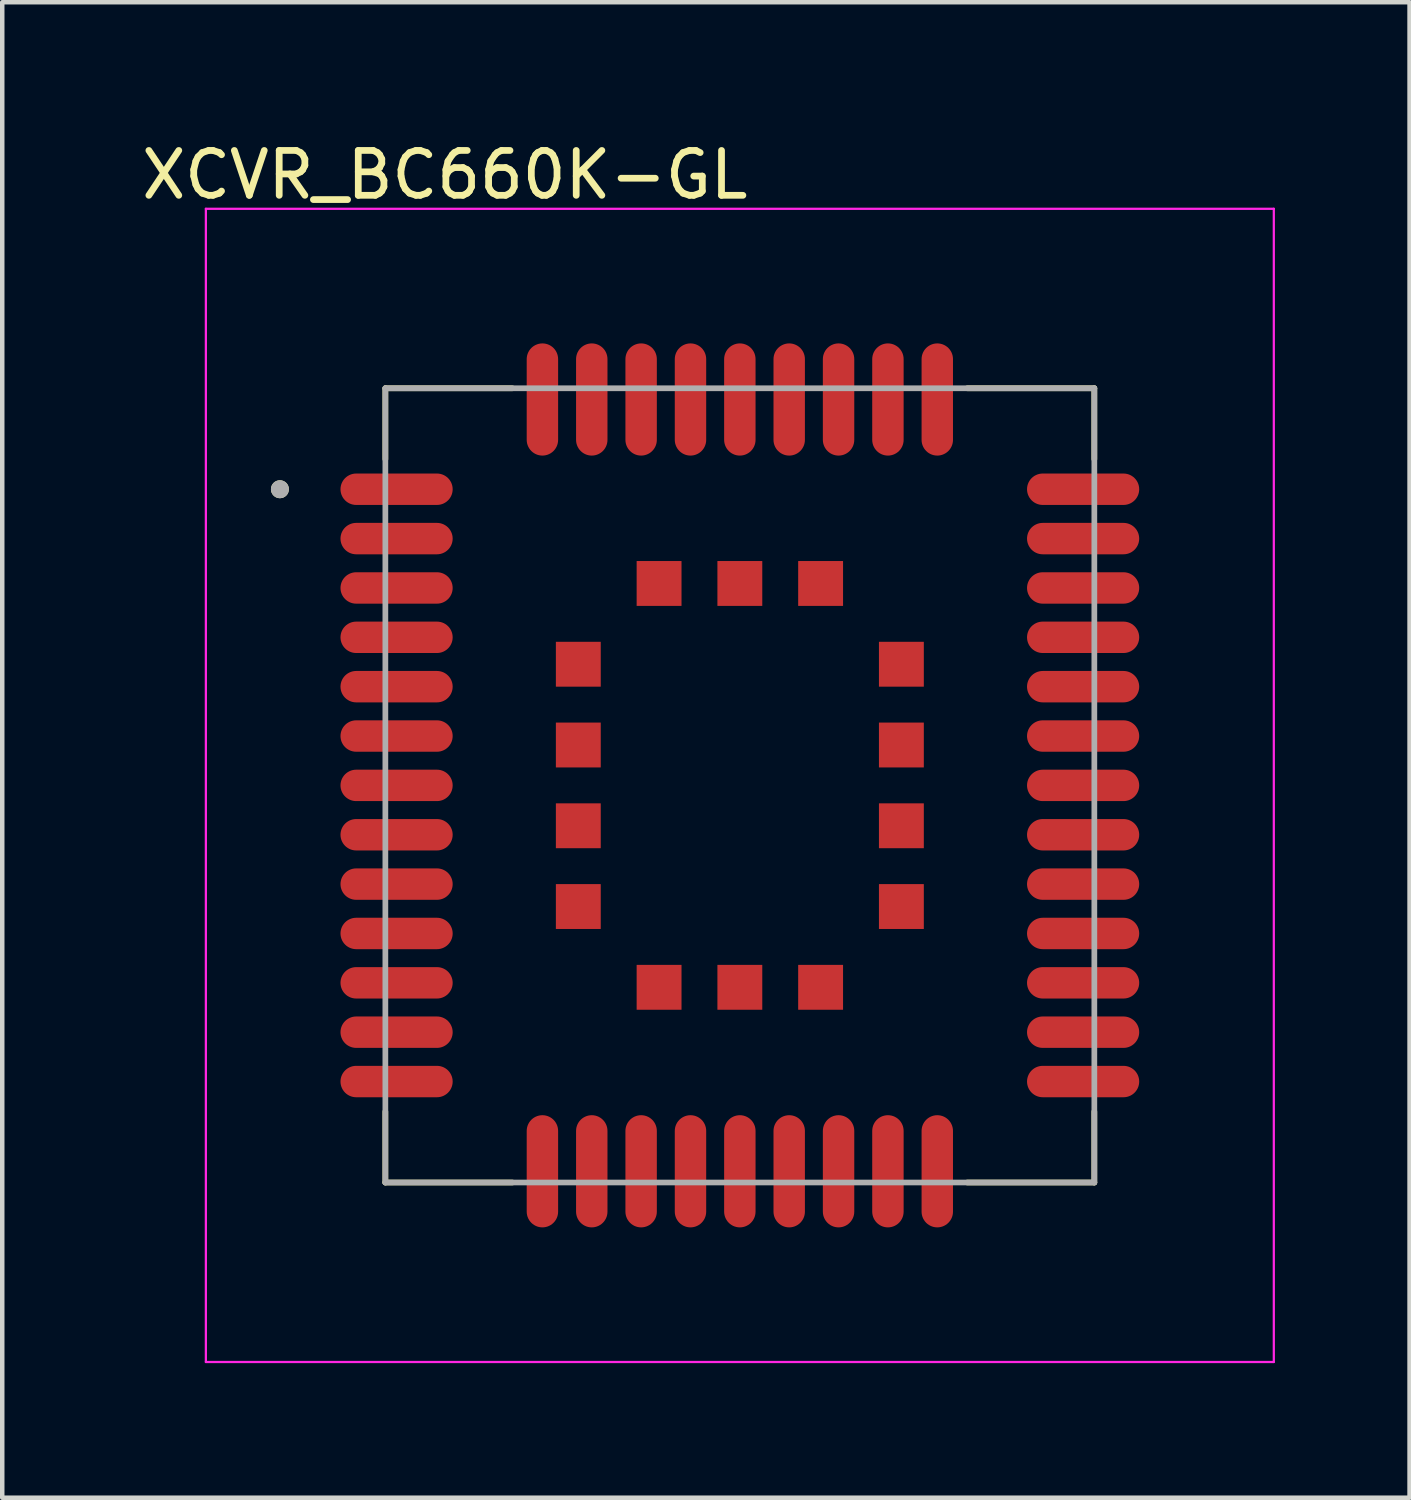
<source format=kicad_pcb>
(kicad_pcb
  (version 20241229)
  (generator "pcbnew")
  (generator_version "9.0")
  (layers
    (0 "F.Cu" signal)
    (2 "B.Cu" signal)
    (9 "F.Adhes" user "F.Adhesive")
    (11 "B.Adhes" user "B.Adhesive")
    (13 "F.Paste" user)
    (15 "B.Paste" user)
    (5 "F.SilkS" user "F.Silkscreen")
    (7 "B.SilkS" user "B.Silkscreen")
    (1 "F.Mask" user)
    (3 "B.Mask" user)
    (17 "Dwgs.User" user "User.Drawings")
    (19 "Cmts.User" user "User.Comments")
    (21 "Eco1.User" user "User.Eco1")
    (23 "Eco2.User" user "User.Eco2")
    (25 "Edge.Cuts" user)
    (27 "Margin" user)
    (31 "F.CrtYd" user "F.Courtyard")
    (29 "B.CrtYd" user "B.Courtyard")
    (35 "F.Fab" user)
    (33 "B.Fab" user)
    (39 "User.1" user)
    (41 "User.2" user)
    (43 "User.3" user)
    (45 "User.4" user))
  (footprint "XCVR_BC660K-GL"
    (layer "F.Cu")
    (at 13.438 14.453)
    (property "Reference" "XCVR_BC660K-GL" (at -6.575 -13.605 0) (layer "F.SilkS") (effects (font (size 1 1) (thickness 0.15))))
    (attr smd)
    (fp_line (start -7.9 -8.85) (end -7.9 -7.27) (stroke (width 0.127) (type solid)) (layer "F.SilkS"))
    (fp_line (start -7.9 8.85) (end -7.9 7.27) (stroke (width 0.127) (type solid)) (layer "F.SilkS"))
    (fp_line (start -7.9 8.85) (end -5.07 8.85) (stroke (width 0.127) (type solid)) (layer "F.SilkS"))
    (fp_line (start -5.07 -8.85) (end -7.9 -8.85) (stroke (width 0.127) (type solid)) (layer "F.SilkS"))
    (fp_line (start 5.07 8.85) (end 7.9 8.85) (stroke (width 0.127) (type solid)) (layer "F.SilkS"))
    (fp_line (start 7.9 -8.85) (end 5.07 -8.85) (stroke (width 0.127) (type solid)) (layer "F.SilkS"))
    (fp_line (start 7.9 -7.27) (end 7.9 -8.85) (stroke (width 0.127) (type solid)) (layer "F.SilkS"))
    (fp_line (start 7.9 8.85) (end 7.9 7.27) (stroke (width 0.127) (type solid)) (layer "F.SilkS"))
    (fp_circle (center -10.25 -6.6) (end -10.15 -6.6) (stroke (width 0.2) (type solid)) (fill no) (layer "F.SilkS"))
    (fp_poly (pts (xy -4.018 -3.118) (xy -3.182 -3.118) (xy -3.182 -2.282) (xy -4.018 -2.282)) (stroke (width 0.01) (type solid)) (fill yes) (layer "F.Paste"))
    (fp_poly (pts (xy -4.018 -1.318) (xy -3.182 -1.318) (xy -3.182 -0.482) (xy -4.018 -0.482)) (stroke (width 0.01) (type solid)) (fill yes) (layer "F.Paste"))
    (fp_poly (pts (xy -4.018 0.482) (xy -3.182 0.482) (xy -3.182 1.318) (xy -4.018 1.318)) (stroke (width 0.01) (type solid)) (fill yes) (layer "F.Paste"))
    (fp_poly (pts (xy -4.018 2.282) (xy -3.182 2.282) (xy -3.182 3.118) (xy -4.018 3.118)) (stroke (width 0.01) (type solid)) (fill yes) (layer "F.Paste"))
    (fp_poly (pts (xy -2.218 -4.918) (xy -1.382 -4.918) (xy -1.382 -4.082) (xy -2.218 -4.082)) (stroke (width 0.01) (type solid)) (fill yes) (layer "F.Paste"))
    (fp_poly (pts (xy -2.218 4.082) (xy -1.382 4.082) (xy -1.382 4.918) (xy -2.218 4.918)) (stroke (width 0.01) (type solid)) (fill yes) (layer "F.Paste"))
    (fp_poly (pts (xy -0.418 -4.918) (xy 0.418 -4.918) (xy 0.418 -4.082) (xy -0.418 -4.082)) (stroke (width 0.01) (type solid)) (fill yes) (layer "F.Paste"))
    (fp_poly (pts (xy -0.418 4.082) (xy 0.418 4.082) (xy 0.418 4.918) (xy -0.418 4.918)) (stroke (width 0.01) (type solid)) (fill yes) (layer "F.Paste"))
    (fp_poly (pts (xy 1.382 -4.918) (xy 2.218 -4.918) (xy 2.218 -4.082) (xy 1.382 -4.082)) (stroke (width 0.01) (type solid)) (fill yes) (layer "F.Paste"))
    (fp_poly (pts (xy 1.382 4.082) (xy 2.218 4.082) (xy 2.218 4.918) (xy 1.382 4.918)) (stroke (width 0.01) (type solid)) (fill yes) (layer "F.Paste"))
    (fp_poly (pts (xy 3.182 -3.118) (xy 4.018 -3.118) (xy 4.018 -2.282) (xy 3.182 -2.282)) (stroke (width 0.01) (type solid)) (fill yes) (layer "F.Paste"))
    (fp_poly (pts (xy 3.182 -1.318) (xy 4.018 -1.318) (xy 4.018 -0.482) (xy 3.182 -0.482)) (stroke (width 0.01) (type solid)) (fill yes) (layer "F.Paste"))
    (fp_poly (pts (xy 3.182 0.482) (xy 4.018 0.482) (xy 4.018 1.318) (xy 3.182 1.318)) (stroke (width 0.01) (type solid)) (fill yes) (layer "F.Paste"))
    (fp_poly (pts (xy 3.182 2.282) (xy 4.018 2.282) (xy 4.018 3.118) (xy 3.182 3.118)) (stroke (width 0.01) (type solid)) (fill yes) (layer "F.Paste"))
    (fp_poly (pts (xy -9.34 -6.897) (xy -6.76 -6.897) (xy -6.752 -6.897) (xy -6.743 -6.897) (xy -6.735 -6.896) (xy -6.727 -6.894) (xy -6.719 -6.892) (xy -6.711 -6.89) (xy -6.703 -6.887) (xy -6.695 -6.884) (xy -6.687 -6.88) (xy -6.68 -6.876) (xy -6.673 -6.872) (xy -6.666 -6.867) (xy -6.659 -6.862) (xy -6.653 -6.856) (xy -6.647 -6.851) (xy -6.641 -6.845) (xy -6.636 -6.838) (xy -6.631 -6.832) (xy -6.626 -6.825) (xy -6.621 -6.817) (xy -6.617 -6.81) (xy -6.614 -6.803) (xy -6.611 -6.795) (xy -6.608 -6.787) (xy -6.605 -6.779) (xy -6.603 -6.771) (xy -6.602 -6.763) (xy -6.601 -6.754) (xy -6.6 -6.746) (xy -6.6 -6.737) (xy -6.6 -6.463) (xy -6.6 -6.454) (xy -6.601 -6.446) (xy -6.602 -6.437) (xy -6.603 -6.429) (xy -6.605 -6.421) (xy -6.608 -6.413) (xy -6.611 -6.405) (xy -6.614 -6.397) (xy -6.617 -6.39) (xy -6.621 -6.383) (xy -6.626 -6.375) (xy -6.631 -6.368) (xy -6.636 -6.362) (xy -6.641 -6.355) (xy -6.647 -6.349) (xy -6.653 -6.344) (xy -6.659 -6.338) (xy -6.666 -6.333) (xy -6.673 -6.328) (xy -6.68 -6.324) (xy -6.687 -6.32) (xy -6.695 -6.316) (xy -6.703 -6.313) (xy -6.711 -6.31) (xy -6.719 -6.308) (xy -6.727 -6.306) (xy -6.735 -6.304) (xy -6.743 -6.303) (xy -6.752 -6.303) (xy -6.76 -6.303) (xy -9.34 -6.303) (xy -9.348 -6.303) (xy -9.357 -6.303) (xy -9.365 -6.304) (xy -9.373 -6.306) (xy -9.381 -6.308) (xy -9.389 -6.31) (xy -9.397 -6.313) (xy -9.405 -6.316) (xy -9.413 -6.32) (xy -9.42 -6.324) (xy -9.427 -6.328) (xy -9.434 -6.333) (xy -9.441 -6.338) (xy -9.447 -6.344) (xy -9.453 -6.349) (xy -9.459 -6.355) (xy -9.464 -6.362) (xy -9.469 -6.368) (xy -9.474 -6.375) (xy -9.479 -6.383) (xy -9.483 -6.39) (xy -9.486 -6.397) (xy -9.489 -6.405) (xy -9.492 -6.413) (xy -9.495 -6.421) (xy -9.497 -6.429) (xy -9.498 -6.437) (xy -9.499 -6.446) (xy -9.5 -6.454) (xy -9.5 -6.463) (xy -9.5 -6.737) (xy -9.5 -6.746) (xy -9.499 -6.754) (xy -9.498 -6.763) (xy -9.497 -6.771) (xy -9.495 -6.779) (xy -9.492 -6.787) (xy -9.489 -6.795) (xy -9.486 -6.803) (xy -9.483 -6.81) (xy -9.479 -6.817) (xy -9.474 -6.825) (xy -9.469 -6.832) (xy -9.464 -6.838) (xy -9.459 -6.845) (xy -9.453 -6.851) (xy -9.447 -6.856) (xy -9.441 -6.862) (xy -9.434 -6.867) (xy -9.427 -6.872) (xy -9.42 -6.876) (xy -9.413 -6.88) (xy -9.405 -6.884) (xy -9.397 -6.887) (xy -9.389 -6.89) (xy -9.381 -6.892) (xy -9.373 -6.894) (xy -9.365 -6.896) (xy -9.357 -6.897) (xy -9.348 -6.897) (xy -9.34 -6.897) (xy -9.34 -6.897)) (stroke (width 0.01) (type solid)) (fill yes) (layer "F.Paste"))
    (fp_poly (pts (xy -9.34 -5.798) (xy -6.76 -5.798) (xy -6.752 -5.797) (xy -6.743 -5.797) (xy -6.735 -5.796) (xy -6.727 -5.794) (xy -6.719 -5.792) (xy -6.711 -5.79) (xy -6.703 -5.787) (xy -6.695 -5.784) (xy -6.687 -5.78) (xy -6.68 -5.776) (xy -6.673 -5.772) (xy -6.666 -5.767) (xy -6.659 -5.762) (xy -6.653 -5.756) (xy -6.647 -5.751) (xy -6.641 -5.745) (xy -6.636 -5.738) (xy -6.631 -5.732) (xy -6.626 -5.725) (xy -6.621 -5.718) (xy -6.617 -5.71) (xy -6.614 -5.703) (xy -6.611 -5.695) (xy -6.608 -5.687) (xy -6.605 -5.679) (xy -6.603 -5.671) (xy -6.602 -5.663) (xy -6.601 -5.654) (xy -6.6 -5.646) (xy -6.6 -5.638) (xy -6.6 -5.362) (xy -6.6 -5.354) (xy -6.601 -5.346) (xy -6.602 -5.337) (xy -6.603 -5.329) (xy -6.605 -5.321) (xy -6.608 -5.313) (xy -6.611 -5.305) (xy -6.614 -5.297) (xy -6.617 -5.29) (xy -6.621 -5.282) (xy -6.626 -5.275) (xy -6.631 -5.268) (xy -6.636 -5.262) (xy -6.641 -5.255) (xy -6.647 -5.249) (xy -6.653 -5.244) (xy -6.659 -5.238) (xy -6.666 -5.233) (xy -6.673 -5.228) (xy -6.68 -5.224) (xy -6.687 -5.22) (xy -6.695 -5.216) (xy -6.703 -5.213) (xy -6.711 -5.21) (xy -6.719 -5.208) (xy -6.727 -5.206) (xy -6.735 -5.204) (xy -6.743 -5.203) (xy -6.752 -5.203) (xy -6.76 -5.202) (xy -9.34 -5.202) (xy -9.348 -5.203) (xy -9.357 -5.203) (xy -9.365 -5.204) (xy -9.373 -5.206) (xy -9.381 -5.208) (xy -9.389 -5.21) (xy -9.397 -5.213) (xy -9.405 -5.216) (xy -9.413 -5.22) (xy -9.42 -5.224) (xy -9.427 -5.228) (xy -9.434 -5.233) (xy -9.441 -5.238) (xy -9.447 -5.244) (xy -9.453 -5.249) (xy -9.459 -5.255) (xy -9.464 -5.262) (xy -9.469 -5.268) (xy -9.474 -5.275) (xy -9.479 -5.282) (xy -9.483 -5.29) (xy -9.486 -5.297) (xy -9.489 -5.305) (xy -9.492 -5.313) (xy -9.495 -5.321) (xy -9.497 -5.329) (xy -9.498 -5.337) (xy -9.499 -5.346) (xy -9.5 -5.354) (xy -9.5 -5.362) (xy -9.5 -5.638) (xy -9.5 -5.646) (xy -9.499 -5.654) (xy -9.498 -5.663) (xy -9.497 -5.671) (xy -9.495 -5.679) (xy -9.492 -5.687) (xy -9.489 -5.695) (xy -9.486 -5.703) (xy -9.483 -5.71) (xy -9.479 -5.718) (xy -9.474 -5.725) (xy -9.469 -5.732) (xy -9.464 -5.738) (xy -9.459 -5.745) (xy -9.453 -5.751) (xy -9.447 -5.756) (xy -9.441 -5.762) (xy -9.434 -5.767) (xy -9.427 -5.772) (xy -9.42 -5.776) (xy -9.413 -5.78) (xy -9.405 -5.784) (xy -9.397 -5.787) (xy -9.389 -5.79) (xy -9.381 -5.792) (xy -9.373 -5.794) (xy -9.365 -5.796) (xy -9.357 -5.797) (xy -9.348 -5.797) (xy -9.34 -5.798) (xy -9.34 -5.798)) (stroke (width 0.01) (type solid)) (fill yes) (layer "F.Paste"))
    (fp_poly (pts (xy -9.34 -4.697) (xy -6.76 -4.697) (xy -6.752 -4.697) (xy -6.743 -4.697) (xy -6.735 -4.696) (xy -6.727 -4.694) (xy -6.719 -4.692) (xy -6.711 -4.69) (xy -6.703 -4.687) (xy -6.695 -4.684) (xy -6.687 -4.68) (xy -6.68 -4.676) (xy -6.673 -4.672) (xy -6.666 -4.667) (xy -6.659 -4.662) (xy -6.653 -4.656) (xy -6.647 -4.651) (xy -6.641 -4.645) (xy -6.636 -4.638) (xy -6.631 -4.632) (xy -6.626 -4.625) (xy -6.621 -4.617) (xy -6.617 -4.61) (xy -6.614 -4.603) (xy -6.611 -4.595) (xy -6.608 -4.587) (xy -6.605 -4.579) (xy -6.603 -4.571) (xy -6.602 -4.563) (xy -6.601 -4.554) (xy -6.6 -4.546) (xy -6.6 -4.537) (xy -6.6 -4.263) (xy -6.6 -4.254) (xy -6.601 -4.246) (xy -6.602 -4.237) (xy -6.603 -4.229) (xy -6.605 -4.221) (xy -6.608 -4.213) (xy -6.611 -4.205) (xy -6.614 -4.197) (xy -6.617 -4.19) (xy -6.621 -4.183) (xy -6.626 -4.175) (xy -6.631 -4.168) (xy -6.636 -4.162) (xy -6.641 -4.155) (xy -6.647 -4.149) (xy -6.653 -4.144) (xy -6.659 -4.138) (xy -6.666 -4.133) (xy -6.673 -4.128) (xy -6.68 -4.124) (xy -6.687 -4.12) (xy -6.695 -4.116) (xy -6.703 -4.113) (xy -6.711 -4.11) (xy -6.719 -4.108) (xy -6.727 -4.106) (xy -6.735 -4.104) (xy -6.743 -4.103) (xy -6.752 -4.103) (xy -6.76 -4.103) (xy -9.34 -4.103) (xy -9.348 -4.103) (xy -9.357 -4.103) (xy -9.365 -4.104) (xy -9.373 -4.106) (xy -9.381 -4.108) (xy -9.389 -4.11) (xy -9.397 -4.113) (xy -9.405 -4.116) (xy -9.413 -4.12) (xy -9.42 -4.124) (xy -9.427 -4.128) (xy -9.434 -4.133) (xy -9.441 -4.138) (xy -9.447 -4.144) (xy -9.453 -4.149) (xy -9.459 -4.155) (xy -9.464 -4.162) (xy -9.469 -4.168) (xy -9.474 -4.175) (xy -9.479 -4.183) (xy -9.483 -4.19) (xy -9.486 -4.197) (xy -9.489 -4.205) (xy -9.492 -4.213) (xy -9.495 -4.221) (xy -9.497 -4.229) (xy -9.498 -4.237) (xy -9.499 -4.246) (xy -9.5 -4.254) (xy -9.5 -4.263) (xy -9.5 -4.537) (xy -9.5 -4.546) (xy -9.499 -4.554) (xy -9.498 -4.563) (xy -9.497 -4.571) (xy -9.495 -4.579) (xy -9.492 -4.587) (xy -9.489 -4.595) (xy -9.486 -4.603) (xy -9.483 -4.61) (xy -9.479 -4.617) (xy -9.474 -4.625) (xy -9.469 -4.632) (xy -9.464 -4.638) (xy -9.459 -4.645) (xy -9.453 -4.651) (xy -9.447 -4.656) (xy -9.441 -4.662) (xy -9.434 -4.667) (xy -9.427 -4.672) (xy -9.42 -4.676) (xy -9.413 -4.68) (xy -9.405 -4.684) (xy -9.397 -4.687) (xy -9.389 -4.69) (xy -9.381 -4.692) (xy -9.373 -4.694) (xy -9.365 -4.696) (xy -9.357 -4.697) (xy -9.348 -4.697) (xy -9.34 -4.697) (xy -9.34 -4.697)) (stroke (width 0.01) (type solid)) (fill yes) (layer "F.Paste"))
    (fp_poly (pts (xy -9.34 -3.598) (xy -6.76 -3.598) (xy -6.752 -3.597) (xy -6.743 -3.597) (xy -6.735 -3.596) (xy -6.727 -3.594) (xy -6.719 -3.592) (xy -6.711 -3.59) (xy -6.703 -3.587) (xy -6.695 -3.584) (xy -6.687 -3.58) (xy -6.68 -3.576) (xy -6.673 -3.572) (xy -6.666 -3.567) (xy -6.659 -3.562) (xy -6.653 -3.556) (xy -6.647 -3.551) (xy -6.641 -3.545) (xy -6.636 -3.538) (xy -6.631 -3.532) (xy -6.626 -3.525) (xy -6.621 -3.518) (xy -6.617 -3.51) (xy -6.614 -3.503) (xy -6.611 -3.495) (xy -6.608 -3.487) (xy -6.605 -3.479) (xy -6.603 -3.471) (xy -6.602 -3.463) (xy -6.601 -3.454) (xy -6.6 -3.446) (xy -6.6 -3.438) (xy -6.6 -3.163) (xy -6.6 -3.154) (xy -6.601 -3.146) (xy -6.602 -3.137) (xy -6.603 -3.129) (xy -6.605 -3.121) (xy -6.608 -3.113) (xy -6.611 -3.105) (xy -6.614 -3.097) (xy -6.617 -3.09) (xy -6.621 -3.083) (xy -6.626 -3.075) (xy -6.631 -3.068) (xy -6.636 -3.062) (xy -6.641 -3.055) (xy -6.647 -3.049) (xy -6.653 -3.044) (xy -6.659 -3.038) (xy -6.666 -3.033) (xy -6.673 -3.028) (xy -6.68 -3.024) (xy -6.687 -3.02) (xy -6.695 -3.016) (xy -6.703 -3.013) (xy -6.711 -3.01) (xy -6.719 -3.008) (xy -6.727 -3.006) (xy -6.735 -3.004) (xy -6.743 -3.003) (xy -6.752 -3.003) (xy -6.76 -3.002) (xy -9.34 -3.002) (xy -9.348 -3.003) (xy -9.357 -3.003) (xy -9.365 -3.004) (xy -9.373 -3.006) (xy -9.381 -3.008) (xy -9.389 -3.01) (xy -9.397 -3.013) (xy -9.405 -3.016) (xy -9.413 -3.02) (xy -9.42 -3.024) (xy -9.427 -3.028) (xy -9.434 -3.033) (xy -9.441 -3.038) (xy -9.447 -3.044) (xy -9.453 -3.049) (xy -9.459 -3.055) (xy -9.464 -3.062) (xy -9.469 -3.068) (xy -9.474 -3.075) (xy -9.479 -3.083) (xy -9.483 -3.09) (xy -9.486 -3.097) (xy -9.489 -3.105) (xy -9.492 -3.113) (xy -9.495 -3.121) (xy -9.497 -3.129) (xy -9.498 -3.137) (xy -9.499 -3.146) (xy -9.5 -3.154) (xy -9.5 -3.163) (xy -9.5 -3.438) (xy -9.5 -3.446) (xy -9.499 -3.454) (xy -9.498 -3.463) (xy -9.497 -3.471) (xy -9.495 -3.479) (xy -9.492 -3.487) (xy -9.489 -3.495) (xy -9.486 -3.503) (xy -9.483 -3.51) (xy -9.479 -3.518) (xy -9.474 -3.525) (xy -9.469 -3.532) (xy -9.464 -3.538) (xy -9.459 -3.545) (xy -9.453 -3.551) (xy -9.447 -3.556) (xy -9.441 -3.562) (xy -9.434 -3.567) (xy -9.427 -3.572) (xy -9.42 -3.576) (xy -9.413 -3.58) (xy -9.405 -3.584) (xy -9.397 -3.587) (xy -9.389 -3.59) (xy -9.381 -3.592) (xy -9.373 -3.594) (xy -9.365 -3.596) (xy -9.357 -3.597) (xy -9.348 -3.597) (xy -9.34 -3.598) (xy -9.34 -3.598)) (stroke (width 0.01) (type solid)) (fill yes) (layer "F.Paste"))
    (fp_poly (pts (xy -9.34 -2.498) (xy -6.76 -2.498) (xy -6.752 -2.497) (xy -6.743 -2.497) (xy -6.735 -2.496) (xy -6.727 -2.494) (xy -6.719 -2.492) (xy -6.711 -2.49) (xy -6.703 -2.487) (xy -6.695 -2.484) (xy -6.687 -2.48) (xy -6.68 -2.476) (xy -6.673 -2.472) (xy -6.666 -2.467) (xy -6.659 -2.462) (xy -6.653 -2.456) (xy -6.647 -2.451) (xy -6.641 -2.445) (xy -6.636 -2.438) (xy -6.631 -2.432) (xy -6.626 -2.425) (xy -6.621 -2.417) (xy -6.617 -2.41) (xy -6.614 -2.403) (xy -6.611 -2.395) (xy -6.608 -2.387) (xy -6.605 -2.379) (xy -6.603 -2.371) (xy -6.602 -2.363) (xy -6.601 -2.354) (xy -6.6 -2.346) (xy -6.6 -2.337) (xy -6.6 -2.063) (xy -6.6 -2.054) (xy -6.601 -2.046) (xy -6.602 -2.037) (xy -6.603 -2.029) (xy -6.605 -2.021) (xy -6.608 -2.013) (xy -6.611 -2.005) (xy -6.614 -1.997) (xy -6.617 -1.99) (xy -6.621 -1.982) (xy -6.626 -1.975) (xy -6.631 -1.968) (xy -6.636 -1.962) (xy -6.641 -1.955) (xy -6.647 -1.949) (xy -6.653 -1.944) (xy -6.659 -1.938) (xy -6.666 -1.933) (xy -6.673 -1.928) (xy -6.68 -1.924) (xy -6.687 -1.92) (xy -6.695 -1.916) (xy -6.703 -1.913) (xy -6.711 -1.91) (xy -6.719 -1.908) (xy -6.727 -1.906) (xy -6.735 -1.904) (xy -6.743 -1.903) (xy -6.752 -1.903) (xy -6.76 -1.903) (xy -9.34 -1.903) (xy -9.348 -1.903) (xy -9.357 -1.903) (xy -9.365 -1.904) (xy -9.373 -1.906) (xy -9.381 -1.908) (xy -9.389 -1.91) (xy -9.397 -1.913) (xy -9.405 -1.916) (xy -9.413 -1.92) (xy -9.42 -1.924) (xy -9.427 -1.928) (xy -9.434 -1.933) (xy -9.441 -1.938) (xy -9.447 -1.944) (xy -9.453 -1.949) (xy -9.459 -1.955) (xy -9.464 -1.962) (xy -9.469 -1.968) (xy -9.474 -1.975) (xy -9.479 -1.982) (xy -9.483 -1.99) (xy -9.486 -1.997) (xy -9.489 -2.005) (xy -9.492 -2.013) (xy -9.495 -2.021) (xy -9.497 -2.029) (xy -9.498 -2.037) (xy -9.499 -2.046) (xy -9.5 -2.054) (xy -9.5 -2.063) (xy -9.5 -2.337) (xy -9.5 -2.346) (xy -9.499 -2.354) (xy -9.498 -2.363) (xy -9.497 -2.371) (xy -9.495 -2.379) (xy -9.492 -2.387) (xy -9.489 -2.395) (xy -9.486 -2.403) (xy -9.483 -2.41) (xy -9.479 -2.417) (xy -9.474 -2.425) (xy -9.469 -2.432) (xy -9.464 -2.438) (xy -9.459 -2.445) (xy -9.453 -2.451) (xy -9.447 -2.456) (xy -9.441 -2.462) (xy -9.434 -2.467) (xy -9.427 -2.472) (xy -9.42 -2.476) (xy -9.413 -2.48) (xy -9.405 -2.484) (xy -9.397 -2.487) (xy -9.389 -2.49) (xy -9.381 -2.492) (xy -9.373 -2.494) (xy -9.365 -2.496) (xy -9.357 -2.497) (xy -9.348 -2.497) (xy -9.34 -2.498) (xy -9.34 -2.498)) (stroke (width 0.01) (type solid)) (fill yes) (layer "F.Paste"))
    (fp_poly (pts (xy -9.34 -1.397) (xy -6.76 -1.397) (xy -6.752 -1.397) (xy -6.743 -1.397) (xy -6.735 -1.396) (xy -6.727 -1.394) (xy -6.719 -1.392) (xy -6.711 -1.39) (xy -6.703 -1.387) (xy -6.695 -1.384) (xy -6.687 -1.38) (xy -6.68 -1.376) (xy -6.673 -1.372) (xy -6.666 -1.367) (xy -6.659 -1.362) (xy -6.653 -1.356) (xy -6.647 -1.351) (xy -6.641 -1.345) (xy -6.636 -1.338) (xy -6.631 -1.332) (xy -6.626 -1.325) (xy -6.621 -1.317) (xy -6.617 -1.31) (xy -6.614 -1.303) (xy -6.611 -1.295) (xy -6.608 -1.287) (xy -6.605 -1.279) (xy -6.603 -1.271) (xy -6.602 -1.263) (xy -6.601 -1.254) (xy -6.6 -1.246) (xy -6.6 -1.238) (xy -6.6 -0.963) (xy -6.6 -0.954) (xy -6.601 -0.946) (xy -6.602 -0.937) (xy -6.603 -0.929) (xy -6.605 -0.921) (xy -6.608 -0.913) (xy -6.611 -0.905) (xy -6.614 -0.897) (xy -6.617 -0.89) (xy -6.621 -0.883) (xy -6.626 -0.875) (xy -6.631 -0.868) (xy -6.636 -0.862) (xy -6.641 -0.855) (xy -6.647 -0.849) (xy -6.653 -0.844) (xy -6.659 -0.838) (xy -6.666 -0.833) (xy -6.673 -0.828) (xy -6.68 -0.824) (xy -6.687 -0.82) (xy -6.695 -0.816) (xy -6.703 -0.813) (xy -6.711 -0.81) (xy -6.719 -0.808) (xy -6.727 -0.806) (xy -6.735 -0.804) (xy -6.743 -0.803) (xy -6.752 -0.803) (xy -6.76 -0.802) (xy -9.34 -0.802) (xy -9.348 -0.803) (xy -9.357 -0.803) (xy -9.365 -0.804) (xy -9.373 -0.806) (xy -9.381 -0.808) (xy -9.389 -0.81) (xy -9.397 -0.813) (xy -9.405 -0.816) (xy -9.413 -0.82) (xy -9.42 -0.824) (xy -9.427 -0.828) (xy -9.434 -0.833) (xy -9.441 -0.838) (xy -9.447 -0.844) (xy -9.453 -0.849) (xy -9.459 -0.855) (xy -9.464 -0.862) (xy -9.469 -0.868) (xy -9.474 -0.875) (xy -9.479 -0.883) (xy -9.483 -0.89) (xy -9.486 -0.897) (xy -9.489 -0.905) (xy -9.492 -0.913) (xy -9.495 -0.921) (xy -9.497 -0.929) (xy -9.498 -0.937) (xy -9.499 -0.946) (xy -9.5 -0.954) (xy -9.5 -0.963) (xy -9.5 -1.238) (xy -9.5 -1.246) (xy -9.499 -1.254) (xy -9.498 -1.263) (xy -9.497 -1.271) (xy -9.495 -1.279) (xy -9.492 -1.287) (xy -9.489 -1.295) (xy -9.486 -1.303) (xy -9.483 -1.31) (xy -9.479 -1.317) (xy -9.474 -1.325) (xy -9.469 -1.332) (xy -9.464 -1.338) (xy -9.459 -1.345) (xy -9.453 -1.351) (xy -9.447 -1.356) (xy -9.441 -1.362) (xy -9.434 -1.367) (xy -9.427 -1.372) (xy -9.42 -1.376) (xy -9.413 -1.38) (xy -9.405 -1.384) (xy -9.397 -1.387) (xy -9.389 -1.39) (xy -9.381 -1.392) (xy -9.373 -1.394) (xy -9.365 -1.396) (xy -9.357 -1.397) (xy -9.348 -1.397) (xy -9.34 -1.397) (xy -9.34 -1.397)) (stroke (width 0.01) (type solid)) (fill yes) (layer "F.Paste"))
    (fp_poly (pts (xy -9.34 -0.297) (xy -6.76 -0.297) (xy -6.752 -0.297) (xy -6.743 -0.297) (xy -6.735 -0.296) (xy -6.727 -0.294) (xy -6.719 -0.292) (xy -6.711 -0.29) (xy -6.703 -0.287) (xy -6.695 -0.284) (xy -6.687 -0.28) (xy -6.68 -0.276) (xy -6.673 -0.272) (xy -6.666 -0.267) (xy -6.659 -0.262) (xy -6.653 -0.256) (xy -6.647 -0.251) (xy -6.641 -0.245) (xy -6.636 -0.238) (xy -6.631 -0.232) (xy -6.626 -0.225) (xy -6.621 -0.217) (xy -6.617 -0.21) (xy -6.614 -0.203) (xy -6.611 -0.195) (xy -6.608 -0.187) (xy -6.605 -0.179) (xy -6.603 -0.171) (xy -6.602 -0.163) (xy -6.601 -0.154) (xy -6.6 -0.146) (xy -6.6 -0.138) (xy -6.6 0.138) (xy -6.6 0.146) (xy -6.601 0.154) (xy -6.602 0.163) (xy -6.603 0.171) (xy -6.605 0.179) (xy -6.608 0.187) (xy -6.611 0.195) (xy -6.614 0.203) (xy -6.617 0.21) (xy -6.621 0.217) (xy -6.626 0.225) (xy -6.631 0.232) (xy -6.636 0.238) (xy -6.641 0.245) (xy -6.647 0.251) (xy -6.653 0.256) (xy -6.659 0.262) (xy -6.666 0.267) (xy -6.673 0.272) (xy -6.68 0.276) (xy -6.687 0.28) (xy -6.695 0.284) (xy -6.703 0.287) (xy -6.711 0.29) (xy -6.719 0.292) (xy -6.727 0.294) (xy -6.735 0.296) (xy -6.743 0.297) (xy -6.752 0.297) (xy -6.76 0.297) (xy -9.34 0.297) (xy -9.348 0.297) (xy -9.357 0.297) (xy -9.365 0.296) (xy -9.373 0.294) (xy -9.381 0.292) (xy -9.389 0.29) (xy -9.397 0.287) (xy -9.405 0.284) (xy -9.413 0.28) (xy -9.42 0.276) (xy -9.427 0.272) (xy -9.434 0.267) (xy -9.441 0.262) (xy -9.447 0.256) (xy -9.453 0.251) (xy -9.459 0.245) (xy -9.464 0.238) (xy -9.469 0.232) (xy -9.474 0.225) (xy -9.479 0.217) (xy -9.483 0.21) (xy -9.486 0.203) (xy -9.489 0.195) (xy -9.492 0.187) (xy -9.495 0.179) (xy -9.497 0.171) (xy -9.498 0.163) (xy -9.499 0.154) (xy -9.5 0.146) (xy -9.5 0.138) (xy -9.5 -0.138) (xy -9.5 -0.146) (xy -9.499 -0.154) (xy -9.498 -0.163) (xy -9.497 -0.171) (xy -9.495 -0.179) (xy -9.492 -0.187) (xy -9.489 -0.195) (xy -9.486 -0.203) (xy -9.483 -0.21) (xy -9.479 -0.217) (xy -9.474 -0.225) (xy -9.469 -0.232) (xy -9.464 -0.238) (xy -9.459 -0.245) (xy -9.453 -0.251) (xy -9.447 -0.256) (xy -9.441 -0.262) (xy -9.434 -0.267) (xy -9.427 -0.272) (xy -9.42 -0.276) (xy -9.413 -0.28) (xy -9.405 -0.284) (xy -9.397 -0.287) (xy -9.389 -0.29) (xy -9.381 -0.292) (xy -9.373 -0.294) (xy -9.365 -0.296) (xy -9.357 -0.297) (xy -9.348 -0.297) (xy -9.34 -0.297) (xy -9.34 -0.297)) (stroke (width 0.01) (type solid)) (fill yes) (layer "F.Paste"))
    (fp_poly (pts (xy -9.34 0.802) (xy -6.76 0.802) (xy -6.752 0.803) (xy -6.743 0.803) (xy -6.735 0.804) (xy -6.727 0.806) (xy -6.719 0.808) (xy -6.711 0.81) (xy -6.703 0.813) (xy -6.695 0.816) (xy -6.687 0.82) (xy -6.68 0.824) (xy -6.673 0.828) (xy -6.666 0.833) (xy -6.659 0.838) (xy -6.653 0.844) (xy -6.647 0.849) (xy -6.641 0.855) (xy -6.636 0.862) (xy -6.631 0.868) (xy -6.626 0.875) (xy -6.621 0.883) (xy -6.617 0.89) (xy -6.614 0.897) (xy -6.611 0.905) (xy -6.608 0.913) (xy -6.605 0.921) (xy -6.603 0.929) (xy -6.602 0.937) (xy -6.601 0.946) (xy -6.6 0.954) (xy -6.6 0.963) (xy -6.6 1.238) (xy -6.6 1.246) (xy -6.601 1.254) (xy -6.602 1.263) (xy -6.603 1.271) (xy -6.605 1.279) (xy -6.608 1.287) (xy -6.611 1.295) (xy -6.614 1.303) (xy -6.617 1.31) (xy -6.621 1.317) (xy -6.626 1.325) (xy -6.631 1.332) (xy -6.636 1.338) (xy -6.641 1.345) (xy -6.647 1.351) (xy -6.653 1.356) (xy -6.659 1.362) (xy -6.666 1.367) (xy -6.673 1.372) (xy -6.68 1.376) (xy -6.687 1.38) (xy -6.695 1.384) (xy -6.703 1.387) (xy -6.711 1.39) (xy -6.719 1.392) (xy -6.727 1.394) (xy -6.735 1.396) (xy -6.743 1.397) (xy -6.752 1.397) (xy -6.76 1.397) (xy -9.34 1.397) (xy -9.348 1.397) (xy -9.357 1.397) (xy -9.365 1.396) (xy -9.373 1.394) (xy -9.381 1.392) (xy -9.389 1.39) (xy -9.397 1.387) (xy -9.405 1.384) (xy -9.413 1.38) (xy -9.42 1.376) (xy -9.427 1.372) (xy -9.434 1.367) (xy -9.441 1.362) (xy -9.447 1.356) (xy -9.453 1.351) (xy -9.459 1.345) (xy -9.464 1.338) (xy -9.469 1.332) (xy -9.474 1.325) (xy -9.479 1.317) (xy -9.483 1.31) (xy -9.486 1.303) (xy -9.489 1.295) (xy -9.492 1.287) (xy -9.495 1.279) (xy -9.497 1.271) (xy -9.498 1.263) (xy -9.499 1.254) (xy -9.5 1.246) (xy -9.5 1.238) (xy -9.5 0.963) (xy -9.5 0.954) (xy -9.499 0.946) (xy -9.498 0.937) (xy -9.497 0.929) (xy -9.495 0.921) (xy -9.492 0.913) (xy -9.489 0.905) (xy -9.486 0.897) (xy -9.483 0.89) (xy -9.479 0.883) (xy -9.474 0.875) (xy -9.469 0.868) (xy -9.464 0.862) (xy -9.459 0.855) (xy -9.453 0.849) (xy -9.447 0.844) (xy -9.441 0.838) (xy -9.434 0.833) (xy -9.427 0.828) (xy -9.42 0.824) (xy -9.413 0.82) (xy -9.405 0.816) (xy -9.397 0.813) (xy -9.389 0.81) (xy -9.381 0.808) (xy -9.373 0.806) (xy -9.365 0.804) (xy -9.357 0.803) (xy -9.348 0.803) (xy -9.34 0.802) (xy -9.34 0.802)) (stroke (width 0.01) (type solid)) (fill yes) (layer "F.Paste"))
    (fp_poly (pts (xy -9.34 1.903) (xy -6.76 1.903) (xy -6.752 1.903) (xy -6.743 1.903) (xy -6.735 1.904) (xy -6.727 1.906) (xy -6.719 1.908) (xy -6.711 1.91) (xy -6.703 1.913) (xy -6.695 1.916) (xy -6.687 1.92) (xy -6.68 1.924) (xy -6.673 1.928) (xy -6.666 1.933) (xy -6.659 1.938) (xy -6.653 1.944) (xy -6.647 1.949) (xy -6.641 1.955) (xy -6.636 1.962) (xy -6.631 1.968) (xy -6.626 1.975) (xy -6.621 1.982) (xy -6.617 1.99) (xy -6.614 1.997) (xy -6.611 2.005) (xy -6.608 2.013) (xy -6.605 2.021) (xy -6.603 2.029) (xy -6.602 2.037) (xy -6.601 2.046) (xy -6.6 2.054) (xy -6.6 2.063) (xy -6.6 2.337) (xy -6.6 2.346) (xy -6.601 2.354) (xy -6.602 2.363) (xy -6.603 2.371) (xy -6.605 2.379) (xy -6.608 2.387) (xy -6.611 2.395) (xy -6.614 2.403) (xy -6.617 2.41) (xy -6.621 2.417) (xy -6.626 2.425) (xy -6.631 2.432) (xy -6.636 2.438) (xy -6.641 2.445) (xy -6.647 2.451) (xy -6.653 2.456) (xy -6.659 2.462) (xy -6.666 2.467) (xy -6.673 2.472) (xy -6.68 2.476) (xy -6.687 2.48) (xy -6.695 2.484) (xy -6.703 2.487) (xy -6.711 2.49) (xy -6.719 2.492) (xy -6.727 2.494) (xy -6.735 2.496) (xy -6.743 2.497) (xy -6.752 2.497) (xy -6.76 2.498) (xy -9.34 2.498) (xy -9.348 2.497) (xy -9.357 2.497) (xy -9.365 2.496) (xy -9.373 2.494) (xy -9.381 2.492) (xy -9.389 2.49) (xy -9.397 2.487) (xy -9.405 2.484) (xy -9.413 2.48) (xy -9.42 2.476) (xy -9.427 2.472) (xy -9.434 2.467) (xy -9.441 2.462) (xy -9.447 2.456) (xy -9.453 2.451) (xy -9.459 2.445) (xy -9.464 2.438) (xy -9.469 2.432) (xy -9.474 2.425) (xy -9.479 2.417) (xy -9.483 2.41) (xy -9.486 2.403) (xy -9.489 2.395) (xy -9.492 2.387) (xy -9.495 2.379) (xy -9.497 2.371) (xy -9.498 2.363) (xy -9.499 2.354) (xy -9.5 2.346) (xy -9.5 2.337) (xy -9.5 2.063) (xy -9.5 2.054) (xy -9.499 2.046) (xy -9.498 2.037) (xy -9.497 2.029) (xy -9.495 2.021) (xy -9.492 2.013) (xy -9.489 2.005) (xy -9.486 1.997) (xy -9.483 1.99) (xy -9.479 1.982) (xy -9.474 1.975) (xy -9.469 1.968) (xy -9.464 1.962) (xy -9.459 1.955) (xy -9.453 1.949) (xy -9.447 1.944) (xy -9.441 1.938) (xy -9.434 1.933) (xy -9.427 1.928) (xy -9.42 1.924) (xy -9.413 1.92) (xy -9.405 1.916) (xy -9.397 1.913) (xy -9.389 1.91) (xy -9.381 1.908) (xy -9.373 1.906) (xy -9.365 1.904) (xy -9.357 1.903) (xy -9.348 1.903) (xy -9.34 1.903) (xy -9.34 1.903)) (stroke (width 0.01) (type solid)) (fill yes) (layer "F.Paste"))
    (fp_poly (pts (xy -9.34 3.002) (xy -6.76 3.002) (xy -6.752 3.003) (xy -6.743 3.003) (xy -6.735 3.004) (xy -6.727 3.006) (xy -6.719 3.008) (xy -6.711 3.01) (xy -6.703 3.013) (xy -6.695 3.016) (xy -6.687 3.02) (xy -6.68 3.024) (xy -6.673 3.028) (xy -6.666 3.033) (xy -6.659 3.038) (xy -6.653 3.044) (xy -6.647 3.049) (xy -6.641 3.055) (xy -6.636 3.062) (xy -6.631 3.068) (xy -6.626 3.075) (xy -6.621 3.083) (xy -6.617 3.09) (xy -6.614 3.097) (xy -6.611 3.105) (xy -6.608 3.113) (xy -6.605 3.121) (xy -6.603 3.129) (xy -6.602 3.137) (xy -6.601 3.146) (xy -6.6 3.154) (xy -6.6 3.163) (xy -6.6 3.438) (xy -6.6 3.446) (xy -6.601 3.454) (xy -6.602 3.463) (xy -6.603 3.471) (xy -6.605 3.479) (xy -6.608 3.487) (xy -6.611 3.495) (xy -6.614 3.503) (xy -6.617 3.51) (xy -6.621 3.518) (xy -6.626 3.525) (xy -6.631 3.532) (xy -6.636 3.538) (xy -6.641 3.545) (xy -6.647 3.551) (xy -6.653 3.556) (xy -6.659 3.562) (xy -6.666 3.567) (xy -6.673 3.572) (xy -6.68 3.576) (xy -6.687 3.58) (xy -6.695 3.584) (xy -6.703 3.587) (xy -6.711 3.59) (xy -6.719 3.592) (xy -6.727 3.594) (xy -6.735 3.596) (xy -6.743 3.597) (xy -6.752 3.597) (xy -6.76 3.598) (xy -9.34 3.598) (xy -9.348 3.597) (xy -9.357 3.597) (xy -9.365 3.596) (xy -9.373 3.594) (xy -9.381 3.592) (xy -9.389 3.59) (xy -9.397 3.587) (xy -9.405 3.584) (xy -9.413 3.58) (xy -9.42 3.576) (xy -9.427 3.572) (xy -9.434 3.567) (xy -9.441 3.562) (xy -9.447 3.556) (xy -9.453 3.551) (xy -9.459 3.545) (xy -9.464 3.538) (xy -9.469 3.532) (xy -9.474 3.525) (xy -9.479 3.518) (xy -9.483 3.51) (xy -9.486 3.503) (xy -9.489 3.495) (xy -9.492 3.487) (xy -9.495 3.479) (xy -9.497 3.471) (xy -9.498 3.463) (xy -9.499 3.454) (xy -9.5 3.446) (xy -9.5 3.438) (xy -9.5 3.163) (xy -9.5 3.154) (xy -9.499 3.146) (xy -9.498 3.137) (xy -9.497 3.129) (xy -9.495 3.121) (xy -9.492 3.113) (xy -9.489 3.105) (xy -9.486 3.097) (xy -9.483 3.09) (xy -9.479 3.083) (xy -9.474 3.075) (xy -9.469 3.068) (xy -9.464 3.062) (xy -9.459 3.055) (xy -9.453 3.049) (xy -9.447 3.044) (xy -9.441 3.038) (xy -9.434 3.033) (xy -9.427 3.028) (xy -9.42 3.024) (xy -9.413 3.02) (xy -9.405 3.016) (xy -9.397 3.013) (xy -9.389 3.01) (xy -9.381 3.008) (xy -9.373 3.006) (xy -9.365 3.004) (xy -9.357 3.003) (xy -9.348 3.003) (xy -9.34 3.002) (xy -9.34 3.002)) (stroke (width 0.01) (type solid)) (fill yes) (layer "F.Paste"))
    (fp_poly (pts (xy -9.34 4.103) (xy -6.76 4.103) (xy -6.752 4.103) (xy -6.743 4.103) (xy -6.735 4.104) (xy -6.727 4.106) (xy -6.719 4.108) (xy -6.711 4.11) (xy -6.703 4.113) (xy -6.695 4.116) (xy -6.687 4.12) (xy -6.68 4.124) (xy -6.673 4.128) (xy -6.666 4.133) (xy -6.659 4.138) (xy -6.653 4.144) (xy -6.647 4.149) (xy -6.641 4.155) (xy -6.636 4.162) (xy -6.631 4.168) (xy -6.626 4.175) (xy -6.621 4.183) (xy -6.617 4.19) (xy -6.614 4.197) (xy -6.611 4.205) (xy -6.608 4.213) (xy -6.605 4.221) (xy -6.603 4.229) (xy -6.602 4.237) (xy -6.601 4.246) (xy -6.6 4.254) (xy -6.6 4.263) (xy -6.6 4.537) (xy -6.6 4.546) (xy -6.601 4.554) (xy -6.602 4.563) (xy -6.603 4.571) (xy -6.605 4.579) (xy -6.608 4.587) (xy -6.611 4.595) (xy -6.614 4.603) (xy -6.617 4.61) (xy -6.621 4.617) (xy -6.626 4.625) (xy -6.631 4.632) (xy -6.636 4.638) (xy -6.641 4.645) (xy -6.647 4.651) (xy -6.653 4.656) (xy -6.659 4.662) (xy -6.666 4.667) (xy -6.673 4.672) (xy -6.68 4.676) (xy -6.687 4.68) (xy -6.695 4.684) (xy -6.703 4.687) (xy -6.711 4.69) (xy -6.719 4.692) (xy -6.727 4.694) (xy -6.735 4.696) (xy -6.743 4.697) (xy -6.752 4.697) (xy -6.76 4.697) (xy -9.34 4.697) (xy -9.348 4.697) (xy -9.357 4.697) (xy -9.365 4.696) (xy -9.373 4.694) (xy -9.381 4.692) (xy -9.389 4.69) (xy -9.397 4.687) (xy -9.405 4.684) (xy -9.413 4.68) (xy -9.42 4.676) (xy -9.427 4.672) (xy -9.434 4.667) (xy -9.441 4.662) (xy -9.447 4.656) (xy -9.453 4.651) (xy -9.459 4.645) (xy -9.464 4.638) (xy -9.469 4.632) (xy -9.474 4.625) (xy -9.479 4.617) (xy -9.483 4.61) (xy -9.486 4.603) (xy -9.489 4.595) (xy -9.492 4.587) (xy -9.495 4.579) (xy -9.497 4.571) (xy -9.498 4.563) (xy -9.499 4.554) (xy -9.5 4.546) (xy -9.5 4.537) (xy -9.5 4.263) (xy -9.5 4.254) (xy -9.499 4.246) (xy -9.498 4.237) (xy -9.497 4.229) (xy -9.495 4.221) (xy -9.492 4.213) (xy -9.489 4.205) (xy -9.486 4.197) (xy -9.483 4.19) (xy -9.479 4.183) (xy -9.474 4.175) (xy -9.469 4.168) (xy -9.464 4.162) (xy -9.459 4.155) (xy -9.453 4.149) (xy -9.447 4.144) (xy -9.441 4.138) (xy -9.434 4.133) (xy -9.427 4.128) (xy -9.42 4.124) (xy -9.413 4.12) (xy -9.405 4.116) (xy -9.397 4.113) (xy -9.389 4.11) (xy -9.381 4.108) (xy -9.373 4.106) (xy -9.365 4.104) (xy -9.357 4.103) (xy -9.348 4.103) (xy -9.34 4.103) (xy -9.34 4.103)) (stroke (width 0.01) (type solid)) (fill yes) (layer "F.Paste"))
    (fp_poly (pts (xy -9.34 5.202) (xy -6.76 5.202) (xy -6.752 5.203) (xy -6.743 5.203) (xy -6.735 5.204) (xy -6.727 5.206) (xy -6.719 5.208) (xy -6.711 5.21) (xy -6.703 5.213) (xy -6.695 5.216) (xy -6.687 5.22) (xy -6.68 5.224) (xy -6.673 5.228) (xy -6.666 5.233) (xy -6.659 5.238) (xy -6.653 5.244) (xy -6.647 5.249) (xy -6.641 5.255) (xy -6.636 5.262) (xy -6.631 5.268) (xy -6.626 5.275) (xy -6.621 5.282) (xy -6.617 5.29) (xy -6.614 5.297) (xy -6.611 5.305) (xy -6.608 5.313) (xy -6.605 5.321) (xy -6.603 5.329) (xy -6.602 5.337) (xy -6.601 5.346) (xy -6.6 5.354) (xy -6.6 5.362) (xy -6.6 5.638) (xy -6.6 5.646) (xy -6.601 5.654) (xy -6.602 5.663) (xy -6.603 5.671) (xy -6.605 5.679) (xy -6.608 5.687) (xy -6.611 5.695) (xy -6.614 5.703) (xy -6.617 5.71) (xy -6.621 5.718) (xy -6.626 5.725) (xy -6.631 5.732) (xy -6.636 5.738) (xy -6.641 5.745) (xy -6.647 5.751) (xy -6.653 5.756) (xy -6.659 5.762) (xy -6.666 5.767) (xy -6.673 5.772) (xy -6.68 5.776) (xy -6.687 5.78) (xy -6.695 5.784) (xy -6.703 5.787) (xy -6.711 5.79) (xy -6.719 5.792) (xy -6.727 5.794) (xy -6.735 5.796) (xy -6.743 5.797) (xy -6.752 5.797) (xy -6.76 5.798) (xy -9.34 5.798) (xy -9.348 5.797) (xy -9.357 5.797) (xy -9.365 5.796) (xy -9.373 5.794) (xy -9.381 5.792) (xy -9.389 5.79) (xy -9.397 5.787) (xy -9.405 5.784) (xy -9.413 5.78) (xy -9.42 5.776) (xy -9.427 5.772) (xy -9.434 5.767) (xy -9.441 5.762) (xy -9.447 5.756) (xy -9.453 5.751) (xy -9.459 5.745) (xy -9.464 5.738) (xy -9.469 5.732) (xy -9.474 5.725) (xy -9.479 5.718) (xy -9.483 5.71) (xy -9.486 5.703) (xy -9.489 5.695) (xy -9.492 5.687) (xy -9.495 5.679) (xy -9.497 5.671) (xy -9.498 5.663) (xy -9.499 5.654) (xy -9.5 5.646) (xy -9.5 5.638) (xy -9.5 5.362) (xy -9.5 5.354) (xy -9.499 5.346) (xy -9.498 5.337) (xy -9.497 5.329) (xy -9.495 5.321) (xy -9.492 5.313) (xy -9.489 5.305) (xy -9.486 5.297) (xy -9.483 5.29) (xy -9.479 5.282) (xy -9.474 5.275) (xy -9.469 5.268) (xy -9.464 5.262) (xy -9.459 5.255) (xy -9.453 5.249) (xy -9.447 5.244) (xy -9.441 5.238) (xy -9.434 5.233) (xy -9.427 5.228) (xy -9.42 5.224) (xy -9.413 5.22) (xy -9.405 5.216) (xy -9.397 5.213) (xy -9.389 5.21) (xy -9.381 5.208) (xy -9.373 5.206) (xy -9.365 5.204) (xy -9.357 5.203) (xy -9.348 5.203) (xy -9.34 5.202) (xy -9.34 5.202)) (stroke (width 0.01) (type solid)) (fill yes) (layer "F.Paste"))
    (fp_poly (pts (xy -9.34 6.303) (xy -6.76 6.303) (xy -6.752 6.303) (xy -6.743 6.303) (xy -6.735 6.304) (xy -6.727 6.306) (xy -6.719 6.308) (xy -6.711 6.31) (xy -6.703 6.313) (xy -6.695 6.316) (xy -6.687 6.32) (xy -6.68 6.324) (xy -6.673 6.328) (xy -6.666 6.333) (xy -6.659 6.338) (xy -6.653 6.344) (xy -6.647 6.349) (xy -6.641 6.355) (xy -6.636 6.362) (xy -6.631 6.368) (xy -6.626 6.375) (xy -6.621 6.383) (xy -6.617 6.39) (xy -6.614 6.397) (xy -6.611 6.405) (xy -6.608 6.413) (xy -6.605 6.421) (xy -6.603 6.429) (xy -6.602 6.437) (xy -6.601 6.446) (xy -6.6 6.454) (xy -6.6 6.463) (xy -6.6 6.737) (xy -6.6 6.746) (xy -6.601 6.754) (xy -6.602 6.763) (xy -6.603 6.771) (xy -6.605 6.779) (xy -6.608 6.787) (xy -6.611 6.795) (xy -6.614 6.803) (xy -6.617 6.81) (xy -6.621 6.817) (xy -6.626 6.825) (xy -6.631 6.832) (xy -6.636 6.838) (xy -6.641 6.845) (xy -6.647 6.851) (xy -6.653 6.856) (xy -6.659 6.862) (xy -6.666 6.867) (xy -6.673 6.872) (xy -6.68 6.876) (xy -6.687 6.88) (xy -6.695 6.884) (xy -6.703 6.887) (xy -6.711 6.89) (xy -6.719 6.892) (xy -6.727 6.894) (xy -6.735 6.896) (xy -6.743 6.897) (xy -6.752 6.897) (xy -6.76 6.897) (xy -9.34 6.897) (xy -9.348 6.897) (xy -9.357 6.897) (xy -9.365 6.896) (xy -9.373 6.894) (xy -9.381 6.892) (xy -9.389 6.89) (xy -9.397 6.887) (xy -9.405 6.884) (xy -9.413 6.88) (xy -9.42 6.876) (xy -9.427 6.872) (xy -9.434 6.867) (xy -9.441 6.862) (xy -9.447 6.856) (xy -9.453 6.851) (xy -9.459 6.845) (xy -9.464 6.838) (xy -9.469 6.832) (xy -9.474 6.825) (xy -9.479 6.817) (xy -9.483 6.81) (xy -9.486 6.803) (xy -9.489 6.795) (xy -9.492 6.787) (xy -9.495 6.779) (xy -9.497 6.771) (xy -9.498 6.763) (xy -9.499 6.754) (xy -9.5 6.746) (xy -9.5 6.737) (xy -9.5 6.463) (xy -9.5 6.454) (xy -9.499 6.446) (xy -9.498 6.437) (xy -9.497 6.429) (xy -9.495 6.421) (xy -9.492 6.413) (xy -9.489 6.405) (xy -9.486 6.397) (xy -9.483 6.39) (xy -9.479 6.383) (xy -9.474 6.375) (xy -9.469 6.368) (xy -9.464 6.362) (xy -9.459 6.355) (xy -9.453 6.349) (xy -9.447 6.344) (xy -9.441 6.338) (xy -9.434 6.333) (xy -9.427 6.328) (xy -9.42 6.324) (xy -9.413 6.32) (xy -9.405 6.316) (xy -9.397 6.313) (xy -9.389 6.31) (xy -9.381 6.308) (xy -9.373 6.306) (xy -9.365 6.304) (xy -9.357 6.303) (xy -9.348 6.303) (xy -9.34 6.303) (xy -9.34 6.303)) (stroke (width 0.01) (type solid)) (fill yes) (layer "F.Paste"))
    (fp_poly (pts (xy -4.697 10.29) (xy -4.697 7.71) (xy -4.697 7.702) (xy -4.697 7.693) (xy -4.696 7.685) (xy -4.694 7.677) (xy -4.692 7.669) (xy -4.69 7.661) (xy -4.687 7.653) (xy -4.684 7.645) (xy -4.68 7.637) (xy -4.676 7.63) (xy -4.672 7.623) (xy -4.667 7.616) (xy -4.662 7.609) (xy -4.656 7.603) (xy -4.651 7.597) (xy -4.645 7.591) (xy -4.638 7.586) (xy -4.632 7.581) (xy -4.625 7.576) (xy -4.617 7.571) (xy -4.61 7.567) (xy -4.603 7.564) (xy -4.595 7.561) (xy -4.587 7.558) (xy -4.579 7.555) (xy -4.571 7.553) (xy -4.563 7.552) (xy -4.554 7.551) (xy -4.546 7.55) (xy -4.537 7.55) (xy -4.263 7.55) (xy -4.254 7.55) (xy -4.246 7.551) (xy -4.237 7.552) (xy -4.229 7.553) (xy -4.221 7.555) (xy -4.213 7.558) (xy -4.205 7.561) (xy -4.197 7.564) (xy -4.19 7.567) (xy -4.183 7.571) (xy -4.175 7.576) (xy -4.168 7.581) (xy -4.162 7.586) (xy -4.155 7.591) (xy -4.149 7.597) (xy -4.144 7.603) (xy -4.138 7.609) (xy -4.133 7.616) (xy -4.128 7.623) (xy -4.124 7.63) (xy -4.12 7.637) (xy -4.116 7.645) (xy -4.113 7.653) (xy -4.11 7.661) (xy -4.108 7.669) (xy -4.106 7.677) (xy -4.104 7.685) (xy -4.103 7.693) (xy -4.103 7.702) (xy -4.103 7.71) (xy -4.103 10.29) (xy -4.103 10.298) (xy -4.103 10.307) (xy -4.104 10.315) (xy -4.106 10.323) (xy -4.108 10.331) (xy -4.11 10.339) (xy -4.113 10.347) (xy -4.116 10.355) (xy -4.12 10.363) (xy -4.124 10.37) (xy -4.128 10.377) (xy -4.133 10.384) (xy -4.138 10.391) (xy -4.144 10.397) (xy -4.149 10.403) (xy -4.155 10.409) (xy -4.162 10.414) (xy -4.168 10.419) (xy -4.175 10.424) (xy -4.183 10.429) (xy -4.19 10.433) (xy -4.197 10.436) (xy -4.205 10.439) (xy -4.213 10.442) (xy -4.221 10.445) (xy -4.229 10.447) (xy -4.237 10.448) (xy -4.246 10.449) (xy -4.254 10.45) (xy -4.263 10.45) (xy -4.537 10.45) (xy -4.546 10.45) (xy -4.554 10.449) (xy -4.563 10.448) (xy -4.571 10.447) (xy -4.579 10.445) (xy -4.587 10.442) (xy -4.595 10.439) (xy -4.603 10.436) (xy -4.61 10.433) (xy -4.617 10.429) (xy -4.625 10.424) (xy -4.632 10.419) (xy -4.638 10.414) (xy -4.645 10.409) (xy -4.651 10.403) (xy -4.656 10.397) (xy -4.662 10.391) (xy -4.667 10.384) (xy -4.672 10.377) (xy -4.676 10.37) (xy -4.68 10.363) (xy -4.684 10.355) (xy -4.687 10.347) (xy -4.69 10.339) (xy -4.692 10.331) (xy -4.694 10.323) (xy -4.696 10.315) (xy -4.697 10.307) (xy -4.697 10.298) (xy -4.697 10.29) (xy -4.697 10.29)) (stroke (width 0.01) (type solid)) (fill yes) (layer "F.Paste"))
    (fp_poly (pts (xy -4.103 -10.29) (xy -4.103 -7.71) (xy -4.103 -7.702) (xy -4.103 -7.693) (xy -4.104 -7.685) (xy -4.106 -7.677) (xy -4.108 -7.669) (xy -4.11 -7.661) (xy -4.113 -7.653) (xy -4.116 -7.645) (xy -4.12 -7.637) (xy -4.124 -7.63) (xy -4.128 -7.623) (xy -4.133 -7.616) (xy -4.138 -7.609) (xy -4.144 -7.603) (xy -4.149 -7.597) (xy -4.155 -7.591) (xy -4.162 -7.586) (xy -4.168 -7.581) (xy -4.175 -7.576) (xy -4.183 -7.571) (xy -4.19 -7.567) (xy -4.197 -7.564) (xy -4.205 -7.561) (xy -4.213 -7.558) (xy -4.221 -7.555) (xy -4.229 -7.553) (xy -4.237 -7.552) (xy -4.246 -7.551) (xy -4.254 -7.55) (xy -4.263 -7.55) (xy -4.537 -7.55) (xy -4.546 -7.55) (xy -4.554 -7.551) (xy -4.563 -7.552) (xy -4.571 -7.553) (xy -4.579 -7.555) (xy -4.587 -7.558) (xy -4.595 -7.561) (xy -4.603 -7.564) (xy -4.61 -7.567) (xy -4.617 -7.571) (xy -4.625 -7.576) (xy -4.632 -7.581) (xy -4.638 -7.586) (xy -4.645 -7.591) (xy -4.651 -7.597) (xy -4.656 -7.603) (xy -4.662 -7.609) (xy -4.667 -7.616) (xy -4.672 -7.623) (xy -4.676 -7.63) (xy -4.68 -7.637) (xy -4.684 -7.645) (xy -4.687 -7.653) (xy -4.69 -7.661) (xy -4.692 -7.669) (xy -4.694 -7.677) (xy -4.696 -7.685) (xy -4.697 -7.693) (xy -4.697 -7.702) (xy -4.697 -7.71) (xy -4.697 -10.29) (xy -4.697 -10.298) (xy -4.697 -10.307) (xy -4.696 -10.315) (xy -4.694 -10.323) (xy -4.692 -10.331) (xy -4.69 -10.339) (xy -4.687 -10.347) (xy -4.684 -10.355) (xy -4.68 -10.363) (xy -4.676 -10.37) (xy -4.672 -10.377) (xy -4.667 -10.384) (xy -4.662 -10.391) (xy -4.656 -10.397) (xy -4.651 -10.403) (xy -4.645 -10.409) (xy -4.638 -10.414) (xy -4.632 -10.419) (xy -4.625 -10.424) (xy -4.617 -10.429) (xy -4.61 -10.433) (xy -4.603 -10.436) (xy -4.595 -10.439) (xy -4.587 -10.442) (xy -4.579 -10.445) (xy -4.571 -10.447) (xy -4.563 -10.448) (xy -4.554 -10.449) (xy -4.546 -10.45) (xy -4.537 -10.45) (xy -4.263 -10.45) (xy -4.254 -10.45) (xy -4.246 -10.449) (xy -4.237 -10.448) (xy -4.229 -10.447) (xy -4.221 -10.445) (xy -4.213 -10.442) (xy -4.205 -10.439) (xy -4.197 -10.436) (xy -4.19 -10.433) (xy -4.183 -10.429) (xy -4.175 -10.424) (xy -4.168 -10.419) (xy -4.162 -10.414) (xy -4.155 -10.409) (xy -4.149 -10.403) (xy -4.144 -10.397) (xy -4.138 -10.391) (xy -4.133 -10.384) (xy -4.128 -10.377) (xy -4.124 -10.37) (xy -4.12 -10.363) (xy -4.116 -10.355) (xy -4.113 -10.347) (xy -4.11 -10.339) (xy -4.108 -10.331) (xy -4.106 -10.323) (xy -4.104 -10.315) (xy -4.103 -10.307) (xy -4.103 -10.298) (xy -4.103 -10.29) (xy -4.103 -10.29)) (stroke (width 0.01) (type solid)) (fill yes) (layer "F.Paste"))
    (fp_poly (pts (xy -3.598 10.29) (xy -3.598 7.71) (xy -3.597 7.702) (xy -3.597 7.693) (xy -3.596 7.685) (xy -3.594 7.677) (xy -3.592 7.669) (xy -3.59 7.661) (xy -3.587 7.653) (xy -3.584 7.645) (xy -3.58 7.637) (xy -3.576 7.63) (xy -3.572 7.623) (xy -3.567 7.616) (xy -3.562 7.609) (xy -3.556 7.603) (xy -3.551 7.597) (xy -3.545 7.591) (xy -3.538 7.586) (xy -3.532 7.581) (xy -3.525 7.576) (xy -3.518 7.571) (xy -3.51 7.567) (xy -3.503 7.564) (xy -3.495 7.561) (xy -3.487 7.558) (xy -3.479 7.555) (xy -3.471 7.553) (xy -3.463 7.552) (xy -3.454 7.551) (xy -3.446 7.55) (xy -3.438 7.55) (xy -3.163 7.55) (xy -3.154 7.55) (xy -3.146 7.551) (xy -3.137 7.552) (xy -3.129 7.553) (xy -3.121 7.555) (xy -3.113 7.558) (xy -3.105 7.561) (xy -3.097 7.564) (xy -3.09 7.567) (xy -3.083 7.571) (xy -3.075 7.576) (xy -3.068 7.581) (xy -3.062 7.586) (xy -3.055 7.591) (xy -3.049 7.597) (xy -3.044 7.603) (xy -3.038 7.609) (xy -3.033 7.616) (xy -3.028 7.623) (xy -3.024 7.63) (xy -3.02 7.637) (xy -3.016 7.645) (xy -3.013 7.653) (xy -3.01 7.661) (xy -3.008 7.669) (xy -3.006 7.677) (xy -3.004 7.685) (xy -3.003 7.693) (xy -3.003 7.702) (xy -3.002 7.71) (xy -3.002 10.29) (xy -3.003 10.298) (xy -3.003 10.307) (xy -3.004 10.315) (xy -3.006 10.323) (xy -3.008 10.331) (xy -3.01 10.339) (xy -3.013 10.347) (xy -3.016 10.355) (xy -3.02 10.363) (xy -3.024 10.37) (xy -3.028 10.377) (xy -3.033 10.384) (xy -3.038 10.391) (xy -3.044 10.397) (xy -3.049 10.403) (xy -3.055 10.409) (xy -3.062 10.414) (xy -3.068 10.419) (xy -3.075 10.424) (xy -3.083 10.429) (xy -3.09 10.433) (xy -3.097 10.436) (xy -3.105 10.439) (xy -3.113 10.442) (xy -3.121 10.445) (xy -3.129 10.447) (xy -3.137 10.448) (xy -3.146 10.449) (xy -3.154 10.45) (xy -3.163 10.45) (xy -3.438 10.45) (xy -3.446 10.45) (xy -3.454 10.449) (xy -3.463 10.448) (xy -3.471 10.447) (xy -3.479 10.445) (xy -3.487 10.442) (xy -3.495 10.439) (xy -3.503 10.436) (xy -3.51 10.433) (xy -3.518 10.429) (xy -3.525 10.424) (xy -3.532 10.419) (xy -3.538 10.414) (xy -3.545 10.409) (xy -3.551 10.403) (xy -3.556 10.397) (xy -3.562 10.391) (xy -3.567 10.384) (xy -3.572 10.377) (xy -3.576 10.37) (xy -3.58 10.363) (xy -3.584 10.355) (xy -3.587 10.347) (xy -3.59 10.339) (xy -3.592 10.331) (xy -3.594 10.323) (xy -3.596 10.315) (xy -3.597 10.307) (xy -3.597 10.298) (xy -3.598 10.29) (xy -3.598 10.29)) (stroke (width 0.01) (type solid)) (fill yes) (layer "F.Paste"))
    (fp_poly (pts (xy -3.002 -10.29) (xy -3.002 -7.71) (xy -3.003 -7.702) (xy -3.003 -7.693) (xy -3.004 -7.685) (xy -3.006 -7.677) (xy -3.008 -7.669) (xy -3.01 -7.661) (xy -3.013 -7.653) (xy -3.016 -7.645) (xy -3.02 -7.637) (xy -3.024 -7.63) (xy -3.028 -7.623) (xy -3.033 -7.616) (xy -3.038 -7.609) (xy -3.044 -7.603) (xy -3.049 -7.597) (xy -3.055 -7.591) (xy -3.062 -7.586) (xy -3.068 -7.581) (xy -3.075 -7.576) (xy -3.083 -7.571) (xy -3.09 -7.567) (xy -3.097 -7.564) (xy -3.105 -7.561) (xy -3.113 -7.558) (xy -3.121 -7.555) (xy -3.129 -7.553) (xy -3.137 -7.552) (xy -3.146 -7.551) (xy -3.154 -7.55) (xy -3.163 -7.55) (xy -3.438 -7.55) (xy -3.446 -7.55) (xy -3.454 -7.551) (xy -3.463 -7.552) (xy -3.471 -7.553) (xy -3.479 -7.555) (xy -3.487 -7.558) (xy -3.495 -7.561) (xy -3.503 -7.564) (xy -3.51 -7.567) (xy -3.518 -7.571) (xy -3.525 -7.576) (xy -3.532 -7.581) (xy -3.538 -7.586) (xy -3.545 -7.591) (xy -3.551 -7.597) (xy -3.556 -7.603) (xy -3.562 -7.609) (xy -3.567 -7.616) (xy -3.572 -7.623) (xy -3.576 -7.63) (xy -3.58 -7.637) (xy -3.584 -7.645) (xy -3.587 -7.653) (xy -3.59 -7.661) (xy -3.592 -7.669) (xy -3.594 -7.677) (xy -3.596 -7.685) (xy -3.597 -7.693) (xy -3.597 -7.702) (xy -3.598 -7.71) (xy -3.598 -10.29) (xy -3.597 -10.298) (xy -3.597 -10.307) (xy -3.596 -10.315) (xy -3.594 -10.323) (xy -3.592 -10.331) (xy -3.59 -10.339) (xy -3.587 -10.347) (xy -3.584 -10.355) (xy -3.58 -10.363) (xy -3.576 -10.37) (xy -3.572 -10.377) (xy -3.567 -10.384) (xy -3.562 -10.391) (xy -3.556 -10.397) (xy -3.551 -10.403) (xy -3.545 -10.409) (xy -3.538 -10.414) (xy -3.532 -10.419) (xy -3.525 -10.424) (xy -3.518 -10.429) (xy -3.51 -10.433) (xy -3.503 -10.436) (xy -3.495 -10.439) (xy -3.487 -10.442) (xy -3.479 -10.445) (xy -3.471 -10.447) (xy -3.463 -10.448) (xy -3.454 -10.449) (xy -3.446 -10.45) (xy -3.438 -10.45) (xy -3.163 -10.45) (xy -3.154 -10.45) (xy -3.146 -10.449) (xy -3.137 -10.448) (xy -3.129 -10.447) (xy -3.121 -10.445) (xy -3.113 -10.442) (xy -3.105 -10.439) (xy -3.097 -10.436) (xy -3.09 -10.433) (xy -3.083 -10.429) (xy -3.075 -10.424) (xy -3.068 -10.419) (xy -3.062 -10.414) (xy -3.055 -10.409) (xy -3.049 -10.403) (xy -3.044 -10.397) (xy -3.038 -10.391) (xy -3.033 -10.384) (xy -3.028 -10.377) (xy -3.024 -10.37) (xy -3.02 -10.363) (xy -3.016 -10.355) (xy -3.013 -10.347) (xy -3.01 -10.339) (xy -3.008 -10.331) (xy -3.006 -10.323) (xy -3.004 -10.315) (xy -3.003 -10.307) (xy -3.003 -10.298) (xy -3.002 -10.29) (xy -3.002 -10.29)) (stroke (width 0.01) (type solid)) (fill yes) (layer "F.Paste"))
    (fp_poly (pts (xy -2.498 10.29) (xy -2.498 7.71) (xy -2.497 7.702) (xy -2.497 7.693) (xy -2.496 7.685) (xy -2.494 7.677) (xy -2.492 7.669) (xy -2.49 7.661) (xy -2.487 7.653) (xy -2.484 7.645) (xy -2.48 7.637) (xy -2.476 7.63) (xy -2.472 7.623) (xy -2.467 7.616) (xy -2.462 7.609) (xy -2.456 7.603) (xy -2.451 7.597) (xy -2.445 7.591) (xy -2.438 7.586) (xy -2.432 7.581) (xy -2.425 7.576) (xy -2.417 7.571) (xy -2.41 7.567) (xy -2.403 7.564) (xy -2.395 7.561) (xy -2.387 7.558) (xy -2.379 7.555) (xy -2.371 7.553) (xy -2.363 7.552) (xy -2.354 7.551) (xy -2.346 7.55) (xy -2.337 7.55) (xy -2.063 7.55) (xy -2.054 7.55) (xy -2.046 7.551) (xy -2.037 7.552) (xy -2.029 7.553) (xy -2.021 7.555) (xy -2.013 7.558) (xy -2.005 7.561) (xy -1.997 7.564) (xy -1.99 7.567) (xy -1.982 7.571) (xy -1.975 7.576) (xy -1.968 7.581) (xy -1.962 7.586) (xy -1.955 7.591) (xy -1.949 7.597) (xy -1.944 7.603) (xy -1.938 7.609) (xy -1.933 7.616) (xy -1.928 7.623) (xy -1.924 7.63) (xy -1.92 7.637) (xy -1.916 7.645) (xy -1.913 7.653) (xy -1.91 7.661) (xy -1.908 7.669) (xy -1.906 7.677) (xy -1.904 7.685) (xy -1.903 7.693) (xy -1.903 7.702) (xy -1.903 7.71) (xy -1.903 10.29) (xy -1.903 10.298) (xy -1.903 10.307) (xy -1.904 10.315) (xy -1.906 10.323) (xy -1.908 10.331) (xy -1.91 10.339) (xy -1.913 10.347) (xy -1.916 10.355) (xy -1.92 10.363) (xy -1.924 10.37) (xy -1.928 10.377) (xy -1.933 10.384) (xy -1.938 10.391) (xy -1.944 10.397) (xy -1.949 10.403) (xy -1.955 10.409) (xy -1.962 10.414) (xy -1.968 10.419) (xy -1.975 10.424) (xy -1.982 10.429) (xy -1.99 10.433) (xy -1.997 10.436) (xy -2.005 10.439) (xy -2.013 10.442) (xy -2.021 10.445) (xy -2.029 10.447) (xy -2.037 10.448) (xy -2.046 10.449) (xy -2.054 10.45) (xy -2.063 10.45) (xy -2.337 10.45) (xy -2.346 10.45) (xy -2.354 10.449) (xy -2.363 10.448) (xy -2.371 10.447) (xy -2.379 10.445) (xy -2.387 10.442) (xy -2.395 10.439) (xy -2.403 10.436) (xy -2.41 10.433) (xy -2.417 10.429) (xy -2.425 10.424) (xy -2.432 10.419) (xy -2.438 10.414) (xy -2.445 10.409) (xy -2.451 10.403) (xy -2.456 10.397) (xy -2.462 10.391) (xy -2.467 10.384) (xy -2.472 10.377) (xy -2.476 10.37) (xy -2.48 10.363) (xy -2.484 10.355) (xy -2.487 10.347) (xy -2.49 10.339) (xy -2.492 10.331) (xy -2.494 10.323) (xy -2.496 10.315) (xy -2.497 10.307) (xy -2.497 10.298) (xy -2.498 10.29) (xy -2.498 10.29)) (stroke (width 0.01) (type solid)) (fill yes) (layer "F.Paste"))
    (fp_poly (pts (xy -1.903 -10.29) (xy -1.903 -7.71) (xy -1.903 -7.702) (xy -1.903 -7.693) (xy -1.904 -7.685) (xy -1.906 -7.677) (xy -1.908 -7.669) (xy -1.91 -7.661) (xy -1.913 -7.653) (xy -1.916 -7.645) (xy -1.92 -7.637) (xy -1.924 -7.63) (xy -1.928 -7.623) (xy -1.933 -7.616) (xy -1.938 -7.609) (xy -1.944 -7.603) (xy -1.949 -7.597) (xy -1.955 -7.591) (xy -1.962 -7.586) (xy -1.968 -7.581) (xy -1.975 -7.576) (xy -1.982 -7.571) (xy -1.99 -7.567) (xy -1.997 -7.564) (xy -2.005 -7.561) (xy -2.013 -7.558) (xy -2.021 -7.555) (xy -2.029 -7.553) (xy -2.037 -7.552) (xy -2.046 -7.551) (xy -2.054 -7.55) (xy -2.063 -7.55) (xy -2.337 -7.55) (xy -2.346 -7.55) (xy -2.354 -7.551) (xy -2.363 -7.552) (xy -2.371 -7.553) (xy -2.379 -7.555) (xy -2.387 -7.558) (xy -2.395 -7.561) (xy -2.403 -7.564) (xy -2.41 -7.567) (xy -2.417 -7.571) (xy -2.425 -7.576) (xy -2.432 -7.581) (xy -2.438 -7.586) (xy -2.445 -7.591) (xy -2.451 -7.597) (xy -2.456 -7.603) (xy -2.462 -7.609) (xy -2.467 -7.616) (xy -2.472 -7.623) (xy -2.476 -7.63) (xy -2.48 -7.637) (xy -2.484 -7.645) (xy -2.487 -7.653) (xy -2.49 -7.661) (xy -2.492 -7.669) (xy -2.494 -7.677) (xy -2.496 -7.685) (xy -2.497 -7.693) (xy -2.497 -7.702) (xy -2.498 -7.71) (xy -2.498 -10.29) (xy -2.497 -10.298) (xy -2.497 -10.307) (xy -2.496 -10.315) (xy -2.494 -10.323) (xy -2.492 -10.331) (xy -2.49 -10.339) (xy -2.487 -10.347) (xy -2.484 -10.355) (xy -2.48 -10.363) (xy -2.476 -10.37) (xy -2.472 -10.377) (xy -2.467 -10.384) (xy -2.462 -10.391) (xy -2.456 -10.397) (xy -2.451 -10.403) (xy -2.445 -10.409) (xy -2.438 -10.414) (xy -2.432 -10.419) (xy -2.425 -10.424) (xy -2.417 -10.429) (xy -2.41 -10.433) (xy -2.403 -10.436) (xy -2.395 -10.439) (xy -2.387 -10.442) (xy -2.379 -10.445) (xy -2.371 -10.447) (xy -2.363 -10.448) (xy -2.354 -10.449) (xy -2.346 -10.45) (xy -2.337 -10.45) (xy -2.063 -10.45) (xy -2.054 -10.45) (xy -2.046 -10.449) (xy -2.037 -10.448) (xy -2.029 -10.447) (xy -2.021 -10.445) (xy -2.013 -10.442) (xy -2.005 -10.439) (xy -1.997 -10.436) (xy -1.99 -10.433) (xy -1.982 -10.429) (xy -1.975 -10.424) (xy -1.968 -10.419) (xy -1.962 -10.414) (xy -1.955 -10.409) (xy -1.949 -10.403) (xy -1.944 -10.397) (xy -1.938 -10.391) (xy -1.933 -10.384) (xy -1.928 -10.377) (xy -1.924 -10.37) (xy -1.92 -10.363) (xy -1.916 -10.355) (xy -1.913 -10.347) (xy -1.91 -10.339) (xy -1.908 -10.331) (xy -1.906 -10.323) (xy -1.904 -10.315) (xy -1.903 -10.307) (xy -1.903 -10.298) (xy -1.903 -10.29) (xy -1.903 -10.29)) (stroke (width 0.01) (type solid)) (fill yes) (layer "F.Paste"))
    (fp_poly (pts (xy -1.397 10.29) (xy -1.397 7.71) (xy -1.397 7.702) (xy -1.397 7.693) (xy -1.396 7.685) (xy -1.394 7.677) (xy -1.392 7.669) (xy -1.39 7.661) (xy -1.387 7.653) (xy -1.384 7.645) (xy -1.38 7.637) (xy -1.376 7.63) (xy -1.372 7.623) (xy -1.367 7.616) (xy -1.362 7.609) (xy -1.356 7.603) (xy -1.351 7.597) (xy -1.345 7.591) (xy -1.338 7.586) (xy -1.332 7.581) (xy -1.325 7.576) (xy -1.317 7.571) (xy -1.31 7.567) (xy -1.303 7.564) (xy -1.295 7.561) (xy -1.287 7.558) (xy -1.279 7.555) (xy -1.271 7.553) (xy -1.263 7.552) (xy -1.254 7.551) (xy -1.246 7.55) (xy -1.238 7.55) (xy -0.963 7.55) (xy -0.954 7.55) (xy -0.946 7.551) (xy -0.937 7.552) (xy -0.929 7.553) (xy -0.921 7.555) (xy -0.913 7.558) (xy -0.905 7.561) (xy -0.897 7.564) (xy -0.89 7.567) (xy -0.883 7.571) (xy -0.875 7.576) (xy -0.868 7.581) (xy -0.862 7.586) (xy -0.855 7.591) (xy -0.849 7.597) (xy -0.844 7.603) (xy -0.838 7.609) (xy -0.833 7.616) (xy -0.828 7.623) (xy -0.824 7.63) (xy -0.82 7.637) (xy -0.816 7.645) (xy -0.813 7.653) (xy -0.81 7.661) (xy -0.808 7.669) (xy -0.806 7.677) (xy -0.804 7.685) (xy -0.803 7.693) (xy -0.803 7.702) (xy -0.802 7.71) (xy -0.802 10.29) (xy -0.803 10.298) (xy -0.803 10.307) (xy -0.804 10.315) (xy -0.806 10.323) (xy -0.808 10.331) (xy -0.81 10.339) (xy -0.813 10.347) (xy -0.816 10.355) (xy -0.82 10.363) (xy -0.824 10.37) (xy -0.828 10.377) (xy -0.833 10.384) (xy -0.838 10.391) (xy -0.844 10.397) (xy -0.849 10.403) (xy -0.855 10.409) (xy -0.862 10.414) (xy -0.868 10.419) (xy -0.875 10.424) (xy -0.883 10.429) (xy -0.89 10.433) (xy -0.897 10.436) (xy -0.905 10.439) (xy -0.913 10.442) (xy -0.921 10.445) (xy -0.929 10.447) (xy -0.937 10.448) (xy -0.946 10.449) (xy -0.954 10.45) (xy -0.963 10.45) (xy -1.238 10.45) (xy -1.246 10.45) (xy -1.254 10.449) (xy -1.263 10.448) (xy -1.271 10.447) (xy -1.279 10.445) (xy -1.287 10.442) (xy -1.295 10.439) (xy -1.303 10.436) (xy -1.31 10.433) (xy -1.317 10.429) (xy -1.325 10.424) (xy -1.332 10.419) (xy -1.338 10.414) (xy -1.345 10.409) (xy -1.351 10.403) (xy -1.356 10.397) (xy -1.362 10.391) (xy -1.367 10.384) (xy -1.372 10.377) (xy -1.376 10.37) (xy -1.38 10.363) (xy -1.384 10.355) (xy -1.387 10.347) (xy -1.39 10.339) (xy -1.392 10.331) (xy -1.394 10.323) (xy -1.396 10.315) (xy -1.397 10.307) (xy -1.397 10.298) (xy -1.397 10.29) (xy -1.397 10.29)) (stroke (width 0.01) (type solid)) (fill yes) (layer "F.Paste"))
    (fp_poly (pts (xy -0.802 -10.29) (xy -0.802 -7.71) (xy -0.803 -7.702) (xy -0.803 -7.693) (xy -0.804 -7.685) (xy -0.806 -7.677) (xy -0.808 -7.669) (xy -0.81 -7.661) (xy -0.813 -7.653) (xy -0.816 -7.645) (xy -0.82 -7.637) (xy -0.824 -7.63) (xy -0.828 -7.623) (xy -0.833 -7.616) (xy -0.838 -7.609) (xy -0.844 -7.603) (xy -0.849 -7.597) (xy -0.855 -7.591) (xy -0.862 -7.586) (xy -0.868 -7.581) (xy -0.875 -7.576) (xy -0.883 -7.571) (xy -0.89 -7.567) (xy -0.897 -7.564) (xy -0.905 -7.561) (xy -0.913 -7.558) (xy -0.921 -7.555) (xy -0.929 -7.553) (xy -0.937 -7.552) (xy -0.946 -7.551) (xy -0.954 -7.55) (xy -0.963 -7.55) (xy -1.238 -7.55) (xy -1.246 -7.55) (xy -1.254 -7.551) (xy -1.263 -7.552) (xy -1.271 -7.553) (xy -1.279 -7.555) (xy -1.287 -7.558) (xy -1.295 -7.561) (xy -1.303 -7.564) (xy -1.31 -7.567) (xy -1.317 -7.571) (xy -1.325 -7.576) (xy -1.332 -7.581) (xy -1.338 -7.586) (xy -1.345 -7.591) (xy -1.351 -7.597) (xy -1.356 -7.603) (xy -1.362 -7.609) (xy -1.367 -7.616) (xy -1.372 -7.623) (xy -1.376 -7.63) (xy -1.38 -7.637) (xy -1.384 -7.645) (xy -1.387 -7.653) (xy -1.39 -7.661) (xy -1.392 -7.669) (xy -1.394 -7.677) (xy -1.396 -7.685) (xy -1.397 -7.693) (xy -1.397 -7.702) (xy -1.397 -7.71) (xy -1.397 -10.29) (xy -1.397 -10.298) (xy -1.397 -10.307) (xy -1.396 -10.315) (xy -1.394 -10.323) (xy -1.392 -10.331) (xy -1.39 -10.339) (xy -1.387 -10.347) (xy -1.384 -10.355) (xy -1.38 -10.363) (xy -1.376 -10.37) (xy -1.372 -10.377) (xy -1.367 -10.384) (xy -1.362 -10.391) (xy -1.356 -10.397) (xy -1.351 -10.403) (xy -1.345 -10.409) (xy -1.338 -10.414) (xy -1.332 -10.419) (xy -1.325 -10.424) (xy -1.317 -10.429) (xy -1.31 -10.433) (xy -1.303 -10.436) (xy -1.295 -10.439) (xy -1.287 -10.442) (xy -1.279 -10.445) (xy -1.271 -10.447) (xy -1.263 -10.448) (xy -1.254 -10.449) (xy -1.246 -10.45) (xy -1.238 -10.45) (xy -0.963 -10.45) (xy -0.954 -10.45) (xy -0.946 -10.449) (xy -0.937 -10.448) (xy -0.929 -10.447) (xy -0.921 -10.445) (xy -0.913 -10.442) (xy -0.905 -10.439) (xy -0.897 -10.436) (xy -0.89 -10.433) (xy -0.883 -10.429) (xy -0.875 -10.424) (xy -0.868 -10.419) (xy -0.862 -10.414) (xy -0.855 -10.409) (xy -0.849 -10.403) (xy -0.844 -10.397) (xy -0.838 -10.391) (xy -0.833 -10.384) (xy -0.828 -10.377) (xy -0.824 -10.37) (xy -0.82 -10.363) (xy -0.816 -10.355) (xy -0.813 -10.347) (xy -0.81 -10.339) (xy -0.808 -10.331) (xy -0.806 -10.323) (xy -0.804 -10.315) (xy -0.803 -10.307) (xy -0.803 -10.298) (xy -0.802 -10.29) (xy -0.802 -10.29)) (stroke (width 0.01) (type solid)) (fill yes) (layer "F.Paste"))
    (fp_poly (pts (xy -0.297 10.29) (xy -0.297 7.71) (xy -0.297 7.702) (xy -0.297 7.693) (xy -0.296 7.685) (xy -0.294 7.677) (xy -0.292 7.669) (xy -0.29 7.661) (xy -0.287 7.653) (xy -0.284 7.645) (xy -0.28 7.637) (xy -0.276 7.63) (xy -0.272 7.623) (xy -0.267 7.616) (xy -0.262 7.609) (xy -0.256 7.603) (xy -0.251 7.597) (xy -0.245 7.591) (xy -0.238 7.586) (xy -0.232 7.581) (xy -0.225 7.576) (xy -0.217 7.571) (xy -0.21 7.567) (xy -0.203 7.564) (xy -0.195 7.561) (xy -0.187 7.558) (xy -0.179 7.555) (xy -0.171 7.553) (xy -0.163 7.552) (xy -0.154 7.551) (xy -0.146 7.55) (xy -0.138 7.55) (xy 0.138 7.55) (xy 0.146 7.55) (xy 0.154 7.551) (xy 0.163 7.552) (xy 0.171 7.553) (xy 0.179 7.555) (xy 0.187 7.558) (xy 0.195 7.561) (xy 0.203 7.564) (xy 0.21 7.567) (xy 0.217 7.571) (xy 0.225 7.576) (xy 0.232 7.581) (xy 0.238 7.586) (xy 0.245 7.591) (xy 0.251 7.597) (xy 0.256 7.603) (xy 0.262 7.609) (xy 0.267 7.616) (xy 0.272 7.623) (xy 0.276 7.63) (xy 0.28 7.637) (xy 0.284 7.645) (xy 0.287 7.653) (xy 0.29 7.661) (xy 0.292 7.669) (xy 0.294 7.677) (xy 0.296 7.685) (xy 0.297 7.693) (xy 0.297 7.702) (xy 0.297 7.71) (xy 0.297 10.29) (xy 0.297 10.298) (xy 0.297 10.307) (xy 0.296 10.315) (xy 0.294 10.323) (xy 0.292 10.331) (xy 0.29 10.339) (xy 0.287 10.347) (xy 0.284 10.355) (xy 0.28 10.363) (xy 0.276 10.37) (xy 0.272 10.377) (xy 0.267 10.384) (xy 0.262 10.391) (xy 0.256 10.397) (xy 0.251 10.403) (xy 0.245 10.409) (xy 0.238 10.414) (xy 0.232 10.419) (xy 0.225 10.424) (xy 0.217 10.429) (xy 0.21 10.433) (xy 0.203 10.436) (xy 0.195 10.439) (xy 0.187 10.442) (xy 0.179 10.445) (xy 0.171 10.447) (xy 0.163 10.448) (xy 0.154 10.449) (xy 0.146 10.45) (xy 0.138 10.45) (xy -0.138 10.45) (xy -0.146 10.45) (xy -0.154 10.449) (xy -0.163 10.448) (xy -0.171 10.447) (xy -0.179 10.445) (xy -0.187 10.442) (xy -0.195 10.439) (xy -0.203 10.436) (xy -0.21 10.433) (xy -0.218 10.429) (xy -0.225 10.424) (xy -0.232 10.419) (xy -0.238 10.414) (xy -0.245 10.409) (xy -0.251 10.403) (xy -0.256 10.397) (xy -0.262 10.391) (xy -0.267 10.384) (xy -0.272 10.377) (xy -0.276 10.37) (xy -0.28 10.363) (xy -0.284 10.355) (xy -0.287 10.347) (xy -0.29 10.339) (xy -0.292 10.331) (xy -0.294 10.323) (xy -0.296 10.315) (xy -0.297 10.307) (xy -0.297 10.298) (xy -0.297 10.29) (xy -0.297 10.29)) (stroke (width 0.01) (type solid)) (fill yes) (layer "F.Paste"))
    (fp_poly (pts (xy 0.297 -10.29) (xy 0.297 -7.71) (xy 0.297 -7.702) (xy 0.297 -7.693) (xy 0.296 -7.685) (xy 0.294 -7.677) (xy 0.292 -7.669) (xy 0.29 -7.661) (xy 0.287 -7.653) (xy 0.284 -7.645) (xy 0.28 -7.637) (xy 0.276 -7.63) (xy 0.272 -7.623) (xy 0.267 -7.616) (xy 0.262 -7.609) (xy 0.256 -7.603) (xy 0.251 -7.597) (xy 0.245 -7.591) (xy 0.238 -7.586) (xy 0.232 -7.581) (xy 0.225 -7.576) (xy 0.217 -7.571) (xy 0.21 -7.567) (xy 0.203 -7.564) (xy 0.195 -7.561) (xy 0.187 -7.558) (xy 0.179 -7.555) (xy 0.171 -7.553) (xy 0.163 -7.552) (xy 0.154 -7.551) (xy 0.146 -7.55) (xy 0.138 -7.55) (xy -0.138 -7.55) (xy -0.146 -7.55) (xy -0.154 -7.551) (xy -0.163 -7.552) (xy -0.171 -7.553) (xy -0.179 -7.555) (xy -0.187 -7.558) (xy -0.195 -7.561) (xy -0.203 -7.564) (xy -0.21 -7.567) (xy -0.218 -7.571) (xy -0.225 -7.576) (xy -0.232 -7.581) (xy -0.238 -7.586) (xy -0.245 -7.591) (xy -0.251 -7.597) (xy -0.256 -7.603) (xy -0.262 -7.609) (xy -0.267 -7.616) (xy -0.272 -7.623) (xy -0.276 -7.63) (xy -0.28 -7.637) (xy -0.284 -7.645) (xy -0.287 -7.653) (xy -0.29 -7.661) (xy -0.292 -7.669) (xy -0.294 -7.677) (xy -0.296 -7.685) (xy -0.297 -7.693) (xy -0.297 -7.702) (xy -0.297 -7.71) (xy -0.297 -10.29) (xy -0.297 -10.298) (xy -0.297 -10.307) (xy -0.296 -10.315) (xy -0.294 -10.323) (xy -0.292 -10.331) (xy -0.29 -10.339) (xy -0.287 -10.347) (xy -0.284 -10.355) (xy -0.28 -10.363) (xy -0.276 -10.37) (xy -0.272 -10.377) (xy -0.267 -10.384) (xy -0.262 -10.391) (xy -0.256 -10.397) (xy -0.251 -10.403) (xy -0.245 -10.409) (xy -0.238 -10.414) (xy -0.232 -10.419) (xy -0.225 -10.424) (xy -0.217 -10.429) (xy -0.21 -10.433) (xy -0.203 -10.436) (xy -0.195 -10.439) (xy -0.187 -10.442) (xy -0.179 -10.445) (xy -0.171 -10.447) (xy -0.163 -10.448) (xy -0.154 -10.449) (xy -0.146 -10.45) (xy -0.138 -10.45) (xy 0.138 -10.45) (xy 0.146 -10.45) (xy 0.154 -10.449) (xy 0.163 -10.448) (xy 0.171 -10.447) (xy 0.179 -10.445) (xy 0.187 -10.442) (xy 0.195 -10.439) (xy 0.203 -10.436) (xy 0.21 -10.433) (xy 0.217 -10.429) (xy 0.225 -10.424) (xy 0.232 -10.419) (xy 0.238 -10.414) (xy 0.245 -10.409) (xy 0.251 -10.403) (xy 0.256 -10.397) (xy 0.262 -10.391) (xy 0.267 -10.384) (xy 0.272 -10.377) (xy 0.276 -10.37) (xy 0.28 -10.363) (xy 0.284 -10.355) (xy 0.287 -10.347) (xy 0.29 -10.339) (xy 0.292 -10.331) (xy 0.294 -10.323) (xy 0.296 -10.315) (xy 0.297 -10.307) (xy 0.297 -10.298) (xy 0.297 -10.29) (xy 0.297 -10.29)) (stroke (width 0.01) (type solid)) (fill yes) (layer "F.Paste"))
    (fp_poly (pts (xy 0.802 10.29) (xy 0.802 7.71) (xy 0.803 7.702) (xy 0.803 7.693) (xy 0.804 7.685) (xy 0.806 7.677) (xy 0.808 7.669) (xy 0.81 7.661) (xy 0.813 7.653) (xy 0.816 7.645) (xy 0.82 7.637) (xy 0.824 7.63) (xy 0.828 7.623) (xy 0.833 7.616) (xy 0.838 7.609) (xy 0.844 7.603) (xy 0.849 7.597) (xy 0.855 7.591) (xy 0.862 7.586) (xy 0.868 7.581) (xy 0.875 7.576) (xy 0.883 7.571) (xy 0.89 7.567) (xy 0.897 7.564) (xy 0.905 7.561) (xy 0.913 7.558) (xy 0.921 7.555) (xy 0.929 7.553) (xy 0.937 7.552) (xy 0.946 7.551) (xy 0.954 7.55) (xy 0.963 7.55) (xy 1.238 7.55) (xy 1.246 7.55) (xy 1.254 7.551) (xy 1.263 7.552) (xy 1.271 7.553) (xy 1.279 7.555) (xy 1.287 7.558) (xy 1.295 7.561) (xy 1.303 7.564) (xy 1.31 7.567) (xy 1.317 7.571) (xy 1.325 7.576) (xy 1.332 7.581) (xy 1.338 7.586) (xy 1.345 7.591) (xy 1.351 7.597) (xy 1.356 7.603) (xy 1.362 7.609) (xy 1.367 7.616) (xy 1.372 7.623) (xy 1.376 7.63) (xy 1.38 7.637) (xy 1.384 7.645) (xy 1.387 7.653) (xy 1.39 7.661) (xy 1.392 7.669) (xy 1.394 7.677) (xy 1.396 7.685) (xy 1.397 7.693) (xy 1.397 7.702) (xy 1.397 7.71) (xy 1.397 10.29) (xy 1.397 10.298) (xy 1.397 10.307) (xy 1.396 10.315) (xy 1.394 10.323) (xy 1.392 10.331) (xy 1.39 10.339) (xy 1.387 10.347) (xy 1.384 10.355) (xy 1.38 10.363) (xy 1.376 10.37) (xy 1.372 10.377) (xy 1.367 10.384) (xy 1.362 10.391) (xy 1.356 10.397) (xy 1.351 10.403) (xy 1.345 10.409) (xy 1.338 10.414) (xy 1.332 10.419) (xy 1.325 10.424) (xy 1.317 10.429) (xy 1.31 10.433) (xy 1.303 10.436) (xy 1.295 10.439) (xy 1.287 10.442) (xy 1.279 10.445) (xy 1.271 10.447) (xy 1.263 10.448) (xy 1.254 10.449) (xy 1.246 10.45) (xy 1.238 10.45) (xy 0.963 10.45) (xy 0.954 10.45) (xy 0.946 10.449) (xy 0.937 10.448) (xy 0.929 10.447) (xy 0.921 10.445) (xy 0.913 10.442) (xy 0.905 10.439) (xy 0.897 10.436) (xy 0.89 10.433) (xy 0.883 10.429) (xy 0.875 10.424) (xy 0.868 10.419) (xy 0.862 10.414) (xy 0.855 10.409) (xy 0.849 10.403) (xy 0.844 10.397) (xy 0.838 10.391) (xy 0.833 10.384) (xy 0.828 10.377) (xy 0.824 10.37) (xy 0.82 10.363) (xy 0.816 10.355) (xy 0.813 10.347) (xy 0.81 10.339) (xy 0.808 10.331) (xy 0.806 10.323) (xy 0.804 10.315) (xy 0.803 10.307) (xy 0.803 10.298) (xy 0.802 10.29) (xy 0.802 10.29)) (stroke (width 0.01) (type solid)) (fill yes) (layer "F.Paste"))
    (fp_poly (pts (xy 1.397 -10.29) (xy 1.397 -7.71) (xy 1.397 -7.702) (xy 1.397 -7.693) (xy 1.396 -7.685) (xy 1.394 -7.677) (xy 1.392 -7.669) (xy 1.39 -7.661) (xy 1.387 -7.653) (xy 1.384 -7.645) (xy 1.38 -7.637) (xy 1.376 -7.63) (xy 1.372 -7.623) (xy 1.367 -7.616) (xy 1.362 -7.609) (xy 1.356 -7.603) (xy 1.351 -7.597) (xy 1.345 -7.591) (xy 1.338 -7.586) (xy 1.332 -7.581) (xy 1.325 -7.576) (xy 1.317 -7.571) (xy 1.31 -7.567) (xy 1.303 -7.564) (xy 1.295 -7.561) (xy 1.287 -7.558) (xy 1.279 -7.555) (xy 1.271 -7.553) (xy 1.263 -7.552) (xy 1.254 -7.551) (xy 1.246 -7.55) (xy 1.238 -7.55) (xy 0.963 -7.55) (xy 0.954 -7.55) (xy 0.946 -7.551) (xy 0.937 -7.552) (xy 0.929 -7.553) (xy 0.921 -7.555) (xy 0.913 -7.558) (xy 0.905 -7.561) (xy 0.897 -7.564) (xy 0.89 -7.567) (xy 0.883 -7.571) (xy 0.875 -7.576) (xy 0.868 -7.581) (xy 0.862 -7.586) (xy 0.855 -7.591) (xy 0.849 -7.597) (xy 0.844 -7.603) (xy 0.838 -7.609) (xy 0.833 -7.616) (xy 0.828 -7.623) (xy 0.824 -7.63) (xy 0.82 -7.637) (xy 0.816 -7.645) (xy 0.813 -7.653) (xy 0.81 -7.661) (xy 0.808 -7.669) (xy 0.806 -7.677) (xy 0.804 -7.685) (xy 0.803 -7.693) (xy 0.803 -7.702) (xy 0.802 -7.71) (xy 0.802 -10.29) (xy 0.803 -10.298) (xy 0.803 -10.307) (xy 0.804 -10.315) (xy 0.806 -10.323) (xy 0.808 -10.331) (xy 0.81 -10.339) (xy 0.813 -10.347) (xy 0.816 -10.355) (xy 0.82 -10.363) (xy 0.824 -10.37) (xy 0.828 -10.377) (xy 0.833 -10.384) (xy 0.838 -10.391) (xy 0.844 -10.397) (xy 0.849 -10.403) (xy 0.855 -10.409) (xy 0.862 -10.414) (xy 0.868 -10.419) (xy 0.875 -10.424) (xy 0.883 -10.429) (xy 0.89 -10.433) (xy 0.897 -10.436) (xy 0.905 -10.439) (xy 0.913 -10.442) (xy 0.921 -10.445) (xy 0.929 -10.447) (xy 0.937 -10.448) (xy 0.946 -10.449) (xy 0.954 -10.45) (xy 0.963 -10.45) (xy 1.238 -10.45) (xy 1.246 -10.45) (xy 1.254 -10.449) (xy 1.263 -10.448) (xy 1.271 -10.447) (xy 1.279 -10.445) (xy 1.287 -10.442) (xy 1.295 -10.439) (xy 1.303 -10.436) (xy 1.31 -10.433) (xy 1.317 -10.429) (xy 1.325 -10.424) (xy 1.332 -10.419) (xy 1.338 -10.414) (xy 1.345 -10.409) (xy 1.351 -10.403) (xy 1.356 -10.397) (xy 1.362 -10.391) (xy 1.367 -10.384) (xy 1.372 -10.377) (xy 1.376 -10.37) (xy 1.38 -10.363) (xy 1.384 -10.355) (xy 1.387 -10.347) (xy 1.39 -10.339) (xy 1.392 -10.331) (xy 1.394 -10.323) (xy 1.396 -10.315) (xy 1.397 -10.307) (xy 1.397 -10.298) (xy 1.397 -10.29) (xy 1.397 -10.29)) (stroke (width 0.01) (type solid)) (fill yes) (layer "F.Paste"))
    (fp_poly (pts (xy 1.903 10.29) (xy 1.903 7.71) (xy 1.903 7.702) (xy 1.903 7.693) (xy 1.904 7.685) (xy 1.906 7.677) (xy 1.908 7.669) (xy 1.91 7.661) (xy 1.913 7.653) (xy 1.916 7.645) (xy 1.92 7.637) (xy 1.924 7.63) (xy 1.928 7.623) (xy 1.933 7.616) (xy 1.938 7.609) (xy 1.944 7.603) (xy 1.949 7.597) (xy 1.955 7.591) (xy 1.962 7.586) (xy 1.968 7.581) (xy 1.975 7.576) (xy 1.982 7.571) (xy 1.99 7.567) (xy 1.997 7.564) (xy 2.005 7.561) (xy 2.013 7.558) (xy 2.021 7.555) (xy 2.029 7.553) (xy 2.037 7.552) (xy 2.046 7.551) (xy 2.054 7.55) (xy 2.063 7.55) (xy 2.337 7.55) (xy 2.346 7.55) (xy 2.354 7.551) (xy 2.363 7.552) (xy 2.371 7.553) (xy 2.379 7.555) (xy 2.387 7.558) (xy 2.395 7.561) (xy 2.403 7.564) (xy 2.41 7.567) (xy 2.417 7.571) (xy 2.425 7.576) (xy 2.432 7.581) (xy 2.438 7.586) (xy 2.445 7.591) (xy 2.451 7.597) (xy 2.456 7.603) (xy 2.462 7.609) (xy 2.467 7.616) (xy 2.472 7.623) (xy 2.476 7.63) (xy 2.48 7.637) (xy 2.484 7.645) (xy 2.487 7.653) (xy 2.49 7.661) (xy 2.492 7.669) (xy 2.494 7.677) (xy 2.496 7.685) (xy 2.497 7.693) (xy 2.497 7.702) (xy 2.498 7.71) (xy 2.498 10.29) (xy 2.497 10.298) (xy 2.497 10.307) (xy 2.496 10.315) (xy 2.494 10.323) (xy 2.492 10.331) (xy 2.49 10.339) (xy 2.487 10.347) (xy 2.484 10.355) (xy 2.48 10.363) (xy 2.476 10.37) (xy 2.472 10.377) (xy 2.467 10.384) (xy 2.462 10.391) (xy 2.456 10.397) (xy 2.451 10.403) (xy 2.445 10.409) (xy 2.438 10.414) (xy 2.432 10.419) (xy 2.425 10.424) (xy 2.417 10.429) (xy 2.41 10.433) (xy 2.403 10.436) (xy 2.395 10.439) (xy 2.387 10.442) (xy 2.379 10.445) (xy 2.371 10.447) (xy 2.363 10.448) (xy 2.354 10.449) (xy 2.346 10.45) (xy 2.337 10.45) (xy 2.063 10.45) (xy 2.054 10.45) (xy 2.046 10.449) (xy 2.037 10.448) (xy 2.029 10.447) (xy 2.021 10.445) (xy 2.013 10.442) (xy 2.005 10.439) (xy 1.997 10.436) (xy 1.99 10.433) (xy 1.982 10.429) (xy 1.975 10.424) (xy 1.968 10.419) (xy 1.962 10.414) (xy 1.955 10.409) (xy 1.949 10.403) (xy 1.944 10.397) (xy 1.938 10.391) (xy 1.933 10.384) (xy 1.928 10.377) (xy 1.924 10.37) (xy 1.92 10.363) (xy 1.916 10.355) (xy 1.913 10.347) (xy 1.91 10.339) (xy 1.908 10.331) (xy 1.906 10.323) (xy 1.904 10.315) (xy 1.903 10.307) (xy 1.903 10.298) (xy 1.903 10.29) (xy 1.903 10.29)) (stroke (width 0.01) (type solid)) (fill yes) (layer "F.Paste"))
    (fp_poly (pts (xy 2.498 -10.29) (xy 2.498 -7.71) (xy 2.497 -7.702) (xy 2.497 -7.693) (xy 2.496 -7.685) (xy 2.494 -7.677) (xy 2.492 -7.669) (xy 2.49 -7.661) (xy 2.487 -7.653) (xy 2.484 -7.645) (xy 2.48 -7.637) (xy 2.476 -7.63) (xy 2.472 -7.623) (xy 2.467 -7.616) (xy 2.462 -7.609) (xy 2.456 -7.603) (xy 2.451 -7.597) (xy 2.445 -7.591) (xy 2.438 -7.586) (xy 2.432 -7.581) (xy 2.425 -7.576) (xy 2.417 -7.571) (xy 2.41 -7.567) (xy 2.403 -7.564) (xy 2.395 -7.561) (xy 2.387 -7.558) (xy 2.379 -7.555) (xy 2.371 -7.553) (xy 2.363 -7.552) (xy 2.354 -7.551) (xy 2.346 -7.55) (xy 2.337 -7.55) (xy 2.063 -7.55) (xy 2.054 -7.55) (xy 2.046 -7.551) (xy 2.037 -7.552) (xy 2.029 -7.553) (xy 2.021 -7.555) (xy 2.013 -7.558) (xy 2.005 -7.561) (xy 1.997 -7.564) (xy 1.99 -7.567) (xy 1.982 -7.571) (xy 1.975 -7.576) (xy 1.968 -7.581) (xy 1.962 -7.586) (xy 1.955 -7.591) (xy 1.949 -7.597) (xy 1.944 -7.603) (xy 1.938 -7.609) (xy 1.933 -7.616) (xy 1.928 -7.623) (xy 1.924 -7.63) (xy 1.92 -7.637) (xy 1.916 -7.645) (xy 1.913 -7.653) (xy 1.91 -7.661) (xy 1.908 -7.669) (xy 1.906 -7.677) (xy 1.904 -7.685) (xy 1.903 -7.693) (xy 1.903 -7.702) (xy 1.903 -7.71) (xy 1.903 -10.29) (xy 1.903 -10.298) (xy 1.903 -10.307) (xy 1.904 -10.315) (xy 1.906 -10.323) (xy 1.908 -10.331) (xy 1.91 -10.339) (xy 1.913 -10.347) (xy 1.916 -10.355) (xy 1.92 -10.363) (xy 1.924 -10.37) (xy 1.928 -10.377) (xy 1.933 -10.384) (xy 1.938 -10.391) (xy 1.944 -10.397) (xy 1.949 -10.403) (xy 1.955 -10.409) (xy 1.962 -10.414) (xy 1.968 -10.419) (xy 1.975 -10.424) (xy 1.982 -10.429) (xy 1.99 -10.433) (xy 1.997 -10.436) (xy 2.005 -10.439) (xy 2.013 -10.442) (xy 2.021 -10.445) (xy 2.029 -10.447) (xy 2.037 -10.448) (xy 2.046 -10.449) (xy 2.054 -10.45) (xy 2.063 -10.45) (xy 2.337 -10.45) (xy 2.346 -10.45) (xy 2.354 -10.449) (xy 2.363 -10.448) (xy 2.371 -10.447) (xy 2.379 -10.445) (xy 2.387 -10.442) (xy 2.395 -10.439) (xy 2.403 -10.436) (xy 2.41 -10.433) (xy 2.417 -10.429) (xy 2.425 -10.424) (xy 2.432 -10.419) (xy 2.438 -10.414) (xy 2.445 -10.409) (xy 2.451 -10.403) (xy 2.456 -10.397) (xy 2.462 -10.391) (xy 2.467 -10.384) (xy 2.472 -10.377) (xy 2.476 -10.37) (xy 2.48 -10.363) (xy 2.484 -10.355) (xy 2.487 -10.347) (xy 2.49 -10.339) (xy 2.492 -10.331) (xy 2.494 -10.323) (xy 2.496 -10.315) (xy 2.497 -10.307) (xy 2.497 -10.298) (xy 2.498 -10.29) (xy 2.498 -10.29)) (stroke (width 0.01) (type solid)) (fill yes) (layer "F.Paste"))
    (fp_poly (pts (xy 3.002 10.29) (xy 3.002 7.71) (xy 3.003 7.702) (xy 3.003 7.693) (xy 3.004 7.685) (xy 3.006 7.677) (xy 3.008 7.669) (xy 3.01 7.661) (xy 3.013 7.653) (xy 3.016 7.645) (xy 3.02 7.637) (xy 3.024 7.63) (xy 3.028 7.623) (xy 3.033 7.616) (xy 3.038 7.609) (xy 3.044 7.603) (xy 3.049 7.597) (xy 3.055 7.591) (xy 3.062 7.586) (xy 3.068 7.581) (xy 3.075 7.576) (xy 3.083 7.571) (xy 3.09 7.567) (xy 3.097 7.564) (xy 3.105 7.561) (xy 3.113 7.558) (xy 3.121 7.555) (xy 3.129 7.553) (xy 3.137 7.552) (xy 3.146 7.551) (xy 3.154 7.55) (xy 3.163 7.55) (xy 3.438 7.55) (xy 3.446 7.55) (xy 3.454 7.551) (xy 3.463 7.552) (xy 3.471 7.553) (xy 3.479 7.555) (xy 3.487 7.558) (xy 3.495 7.561) (xy 3.503 7.564) (xy 3.51 7.567) (xy 3.518 7.571) (xy 3.525 7.576) (xy 3.532 7.581) (xy 3.538 7.586) (xy 3.545 7.591) (xy 3.551 7.597) (xy 3.556 7.603) (xy 3.562 7.609) (xy 3.567 7.616) (xy 3.572 7.623) (xy 3.576 7.63) (xy 3.58 7.637) (xy 3.584 7.645) (xy 3.587 7.653) (xy 3.59 7.661) (xy 3.592 7.669) (xy 3.594 7.677) (xy 3.596 7.685) (xy 3.597 7.693) (xy 3.597 7.702) (xy 3.598 7.71) (xy 3.598 10.29) (xy 3.597 10.298) (xy 3.597 10.307) (xy 3.596 10.315) (xy 3.594 10.323) (xy 3.592 10.331) (xy 3.59 10.339) (xy 3.587 10.347) (xy 3.584 10.355) (xy 3.58 10.363) (xy 3.576 10.37) (xy 3.572 10.377) (xy 3.567 10.384) (xy 3.562 10.391) (xy 3.556 10.397) (xy 3.551 10.403) (xy 3.545 10.409) (xy 3.538 10.414) (xy 3.532 10.419) (xy 3.525 10.424) (xy 3.518 10.429) (xy 3.51 10.433) (xy 3.503 10.436) (xy 3.495 10.439) (xy 3.487 10.442) (xy 3.479 10.445) (xy 3.471 10.447) (xy 3.463 10.448) (xy 3.454 10.449) (xy 3.446 10.45) (xy 3.438 10.45) (xy 3.163 10.45) (xy 3.154 10.45) (xy 3.146 10.449) (xy 3.137 10.448) (xy 3.129 10.447) (xy 3.121 10.445) (xy 3.113 10.442) (xy 3.105 10.439) (xy 3.097 10.436) (xy 3.09 10.433) (xy 3.083 10.429) (xy 3.075 10.424) (xy 3.068 10.419) (xy 3.062 10.414) (xy 3.055 10.409) (xy 3.049 10.403) (xy 3.044 10.397) (xy 3.038 10.391) (xy 3.033 10.384) (xy 3.028 10.377) (xy 3.024 10.37) (xy 3.02 10.363) (xy 3.016 10.355) (xy 3.013 10.347) (xy 3.01 10.339) (xy 3.008 10.331) (xy 3.006 10.323) (xy 3.004 10.315) (xy 3.003 10.307) (xy 3.003 10.298) (xy 3.002 10.29) (xy 3.002 10.29)) (stroke (width 0.01) (type solid)) (fill yes) (layer "F.Paste"))
    (fp_poly (pts (xy 3.598 -10.29) (xy 3.598 -7.71) (xy 3.597 -7.702) (xy 3.597 -7.693) (xy 3.596 -7.685) (xy 3.594 -7.677) (xy 3.592 -7.669) (xy 3.59 -7.661) (xy 3.587 -7.653) (xy 3.584 -7.645) (xy 3.58 -7.637) (xy 3.576 -7.63) (xy 3.572 -7.623) (xy 3.567 -7.616) (xy 3.562 -7.609) (xy 3.556 -7.603) (xy 3.551 -7.597) (xy 3.545 -7.591) (xy 3.538 -7.586) (xy 3.532 -7.581) (xy 3.525 -7.576) (xy 3.518 -7.571) (xy 3.51 -7.567) (xy 3.503 -7.564) (xy 3.495 -7.561) (xy 3.487 -7.558) (xy 3.479 -7.555) (xy 3.471 -7.553) (xy 3.463 -7.552) (xy 3.454 -7.551) (xy 3.446 -7.55) (xy 3.438 -7.55) (xy 3.163 -7.55) (xy 3.154 -7.55) (xy 3.146 -7.551) (xy 3.137 -7.552) (xy 3.129 -7.553) (xy 3.121 -7.555) (xy 3.113 -7.558) (xy 3.105 -7.561) (xy 3.097 -7.564) (xy 3.09 -7.567) (xy 3.083 -7.571) (xy 3.075 -7.576) (xy 3.068 -7.581) (xy 3.062 -7.586) (xy 3.055 -7.591) (xy 3.049 -7.597) (xy 3.044 -7.603) (xy 3.038 -7.609) (xy 3.033 -7.616) (xy 3.028 -7.623) (xy 3.024 -7.63) (xy 3.02 -7.637) (xy 3.016 -7.645) (xy 3.013 -7.653) (xy 3.01 -7.661) (xy 3.008 -7.669) (xy 3.006 -7.677) (xy 3.004 -7.685) (xy 3.003 -7.693) (xy 3.003 -7.702) (xy 3.002 -7.71) (xy 3.002 -10.29) (xy 3.003 -10.298) (xy 3.003 -10.307) (xy 3.004 -10.315) (xy 3.006 -10.323) (xy 3.008 -10.331) (xy 3.01 -10.339) (xy 3.013 -10.347) (xy 3.016 -10.355) (xy 3.02 -10.363) (xy 3.024 -10.37) (xy 3.028 -10.377) (xy 3.033 -10.384) (xy 3.038 -10.391) (xy 3.044 -10.397) (xy 3.049 -10.403) (xy 3.055 -10.409) (xy 3.062 -10.414) (xy 3.068 -10.419) (xy 3.075 -10.424) (xy 3.083 -10.429) (xy 3.09 -10.433) (xy 3.097 -10.436) (xy 3.105 -10.439) (xy 3.113 -10.442) (xy 3.121 -10.445) (xy 3.129 -10.447) (xy 3.137 -10.448) (xy 3.146 -10.449) (xy 3.154 -10.45) (xy 3.163 -10.45) (xy 3.438 -10.45) (xy 3.446 -10.45) (xy 3.454 -10.449) (xy 3.463 -10.448) (xy 3.471 -10.447) (xy 3.479 -10.445) (xy 3.487 -10.442) (xy 3.495 -10.439) (xy 3.503 -10.436) (xy 3.51 -10.433) (xy 3.518 -10.429) (xy 3.525 -10.424) (xy 3.532 -10.419) (xy 3.538 -10.414) (xy 3.545 -10.409) (xy 3.551 -10.403) (xy 3.556 -10.397) (xy 3.562 -10.391) (xy 3.567 -10.384) (xy 3.572 -10.377) (xy 3.576 -10.37) (xy 3.58 -10.363) (xy 3.584 -10.355) (xy 3.587 -10.347) (xy 3.59 -10.339) (xy 3.592 -10.331) (xy 3.594 -10.323) (xy 3.596 -10.315) (xy 3.597 -10.307) (xy 3.597 -10.298) (xy 3.598 -10.29) (xy 3.598 -10.29)) (stroke (width 0.01) (type solid)) (fill yes) (layer "F.Paste"))
    (fp_poly (pts (xy 4.103 10.29) (xy 4.103 7.71) (xy 4.103 7.702) (xy 4.103 7.693) (xy 4.104 7.685) (xy 4.106 7.677) (xy 4.108 7.669) (xy 4.11 7.661) (xy 4.113 7.653) (xy 4.116 7.645) (xy 4.12 7.637) (xy 4.124 7.63) (xy 4.128 7.623) (xy 4.133 7.616) (xy 4.138 7.609) (xy 4.144 7.603) (xy 4.149 7.597) (xy 4.155 7.591) (xy 4.162 7.586) (xy 4.168 7.581) (xy 4.175 7.576) (xy 4.183 7.571) (xy 4.19 7.567) (xy 4.197 7.564) (xy 4.205 7.561) (xy 4.213 7.558) (xy 4.221 7.555) (xy 4.229 7.553) (xy 4.237 7.552) (xy 4.246 7.551) (xy 4.254 7.55) (xy 4.263 7.55) (xy 4.537 7.55) (xy 4.546 7.55) (xy 4.554 7.551) (xy 4.563 7.552) (xy 4.571 7.553) (xy 4.579 7.555) (xy 4.587 7.558) (xy 4.595 7.561) (xy 4.603 7.564) (xy 4.61 7.567) (xy 4.617 7.571) (xy 4.625 7.576) (xy 4.632 7.581) (xy 4.638 7.586) (xy 4.645 7.591) (xy 4.651 7.597) (xy 4.656 7.603) (xy 4.662 7.609) (xy 4.667 7.616) (xy 4.672 7.623) (xy 4.676 7.63) (xy 4.68 7.637) (xy 4.684 7.645) (xy 4.687 7.653) (xy 4.69 7.661) (xy 4.692 7.669) (xy 4.694 7.677) (xy 4.696 7.685) (xy 4.697 7.693) (xy 4.697 7.702) (xy 4.697 7.71) (xy 4.697 10.29) (xy 4.697 10.298) (xy 4.697 10.307) (xy 4.696 10.315) (xy 4.694 10.323) (xy 4.692 10.331) (xy 4.69 10.339) (xy 4.687 10.347) (xy 4.684 10.355) (xy 4.68 10.363) (xy 4.676 10.37) (xy 4.672 10.377) (xy 4.667 10.384) (xy 4.662 10.391) (xy 4.656 10.397) (xy 4.651 10.403) (xy 4.645 10.409) (xy 4.638 10.414) (xy 4.632 10.419) (xy 4.625 10.424) (xy 4.617 10.429) (xy 4.61 10.433) (xy 4.603 10.436) (xy 4.595 10.439) (xy 4.587 10.442) (xy 4.579 10.445) (xy 4.571 10.447) (xy 4.563 10.448) (xy 4.554 10.449) (xy 4.546 10.45) (xy 4.537 10.45) (xy 4.263 10.45) (xy 4.254 10.45) (xy 4.246 10.449) (xy 4.237 10.448) (xy 4.229 10.447) (xy 4.221 10.445) (xy 4.213 10.442) (xy 4.205 10.439) (xy 4.197 10.436) (xy 4.19 10.433) (xy 4.183 10.429) (xy 4.175 10.424) (xy 4.168 10.419) (xy 4.162 10.414) (xy 4.155 10.409) (xy 4.149 10.403) (xy 4.144 10.397) (xy 4.138 10.391) (xy 4.133 10.384) (xy 4.128 10.377) (xy 4.124 10.37) (xy 4.12 10.363) (xy 4.116 10.355) (xy 4.113 10.347) (xy 4.11 10.339) (xy 4.108 10.331) (xy 4.106 10.323) (xy 4.104 10.315) (xy 4.103 10.307) (xy 4.103 10.298) (xy 4.103 10.29) (xy 4.103 10.29)) (stroke (width 0.01) (type solid)) (fill yes) (layer "F.Paste"))
    (fp_poly (pts (xy 4.697 -10.29) (xy 4.697 -7.71) (xy 4.697 -7.702) (xy 4.697 -7.693) (xy 4.696 -7.685) (xy 4.694 -7.677) (xy 4.692 -7.669) (xy 4.69 -7.661) (xy 4.687 -7.653) (xy 4.684 -7.645) (xy 4.68 -7.637) (xy 4.676 -7.63) (xy 4.672 -7.623) (xy 4.667 -7.616) (xy 4.662 -7.609) (xy 4.656 -7.603) (xy 4.651 -7.597) (xy 4.645 -7.591) (xy 4.638 -7.586) (xy 4.632 -7.581) (xy 4.625 -7.576) (xy 4.617 -7.571) (xy 4.61 -7.567) (xy 4.603 -7.564) (xy 4.595 -7.561) (xy 4.587 -7.558) (xy 4.579 -7.555) (xy 4.571 -7.553) (xy 4.563 -7.552) (xy 4.554 -7.551) (xy 4.546 -7.55) (xy 4.537 -7.55) (xy 4.263 -7.55) (xy 4.254 -7.55) (xy 4.246 -7.551) (xy 4.237 -7.552) (xy 4.229 -7.553) (xy 4.221 -7.555) (xy 4.213 -7.558) (xy 4.205 -7.561) (xy 4.197 -7.564) (xy 4.19 -7.567) (xy 4.183 -7.571) (xy 4.175 -7.576) (xy 4.168 -7.581) (xy 4.162 -7.586) (xy 4.155 -7.591) (xy 4.149 -7.597) (xy 4.144 -7.603) (xy 4.138 -7.609) (xy 4.133 -7.616) (xy 4.128 -7.623) (xy 4.124 -7.63) (xy 4.12 -7.637) (xy 4.116 -7.645) (xy 4.113 -7.653) (xy 4.11 -7.661) (xy 4.108 -7.669) (xy 4.106 -7.677) (xy 4.104 -7.685) (xy 4.103 -7.693) (xy 4.103 -7.702) (xy 4.103 -7.71) (xy 4.103 -10.29) (xy 4.103 -10.298) (xy 4.103 -10.307) (xy 4.104 -10.315) (xy 4.106 -10.323) (xy 4.108 -10.331) (xy 4.11 -10.339) (xy 4.113 -10.347) (xy 4.116 -10.355) (xy 4.12 -10.363) (xy 4.124 -10.37) (xy 4.128 -10.377) (xy 4.133 -10.384) (xy 4.138 -10.391) (xy 4.144 -10.397) (xy 4.149 -10.403) (xy 4.155 -10.409) (xy 4.162 -10.414) (xy 4.168 -10.419) (xy 4.175 -10.424) (xy 4.183 -10.429) (xy 4.19 -10.433) (xy 4.197 -10.436) (xy 4.205 -10.439) (xy 4.213 -10.442) (xy 4.221 -10.445) (xy 4.229 -10.447) (xy 4.237 -10.448) (xy 4.246 -10.449) (xy 4.254 -10.45) (xy 4.263 -10.45) (xy 4.537 -10.45) (xy 4.546 -10.45) (xy 4.554 -10.449) (xy 4.563 -10.448) (xy 4.571 -10.447) (xy 4.579 -10.445) (xy 4.587 -10.442) (xy 4.595 -10.439) (xy 4.603 -10.436) (xy 4.61 -10.433) (xy 4.617 -10.429) (xy 4.625 -10.424) (xy 4.632 -10.419) (xy 4.638 -10.414) (xy 4.645 -10.409) (xy 4.651 -10.403) (xy 4.656 -10.397) (xy 4.662 -10.391) (xy 4.667 -10.384) (xy 4.672 -10.377) (xy 4.676 -10.37) (xy 4.68 -10.363) (xy 4.684 -10.355) (xy 4.687 -10.347) (xy 4.69 -10.339) (xy 4.692 -10.331) (xy 4.694 -10.323) (xy 4.696 -10.315) (xy 4.697 -10.307) (xy 4.697 -10.298) (xy 4.697 -10.29) (xy 4.697 -10.29)) (stroke (width 0.01) (type solid)) (fill yes) (layer "F.Paste"))
    (fp_poly (pts (xy 9.34 -6.303) (xy 6.76 -6.303) (xy 6.752 -6.303) (xy 6.743 -6.303) (xy 6.735 -6.304) (xy 6.727 -6.306) (xy 6.719 -6.308) (xy 6.711 -6.31) (xy 6.703 -6.313) (xy 6.695 -6.316) (xy 6.687 -6.32) (xy 6.68 -6.324) (xy 6.673 -6.328) (xy 6.666 -6.333) (xy 6.659 -6.338) (xy 6.653 -6.344) (xy 6.647 -6.349) (xy 6.641 -6.355) (xy 6.636 -6.362) (xy 6.631 -6.368) (xy 6.626 -6.375) (xy 6.621 -6.383) (xy 6.617 -6.39) (xy 6.614 -6.397) (xy 6.611 -6.405) (xy 6.608 -6.413) (xy 6.605 -6.421) (xy 6.603 -6.429) (xy 6.602 -6.437) (xy 6.601 -6.446) (xy 6.6 -6.454) (xy 6.6 -6.463) (xy 6.6 -6.737) (xy 6.6 -6.746) (xy 6.601 -6.754) (xy 6.602 -6.763) (xy 6.603 -6.771) (xy 6.605 -6.779) (xy 6.608 -6.787) (xy 6.611 -6.795) (xy 6.614 -6.803) (xy 6.617 -6.81) (xy 6.621 -6.817) (xy 6.626 -6.825) (xy 6.631 -6.832) (xy 6.636 -6.838) (xy 6.641 -6.845) (xy 6.647 -6.851) (xy 6.653 -6.856) (xy 6.659 -6.862) (xy 6.666 -6.867) (xy 6.673 -6.872) (xy 6.68 -6.876) (xy 6.687 -6.88) (xy 6.695 -6.884) (xy 6.703 -6.887) (xy 6.711 -6.89) (xy 6.719 -6.892) (xy 6.727 -6.894) (xy 6.735 -6.896) (xy 6.743 -6.897) (xy 6.752 -6.897) (xy 6.76 -6.897) (xy 9.34 -6.897) (xy 9.348 -6.897) (xy 9.357 -6.897) (xy 9.365 -6.896) (xy 9.373 -6.894) (xy 9.381 -6.892) (xy 9.389 -6.89) (xy 9.397 -6.887) (xy 9.405 -6.884) (xy 9.413 -6.88) (xy 9.42 -6.876) (xy 9.427 -6.872) (xy 9.434 -6.867) (xy 9.441 -6.862) (xy 9.447 -6.856) (xy 9.453 -6.851) (xy 9.459 -6.845) (xy 9.464 -6.838) (xy 9.469 -6.832) (xy 9.474 -6.825) (xy 9.479 -6.817) (xy 9.483 -6.81) (xy 9.486 -6.803) (xy 9.489 -6.795) (xy 9.492 -6.787) (xy 9.495 -6.779) (xy 9.497 -6.771) (xy 9.498 -6.763) (xy 9.499 -6.754) (xy 9.5 -6.746) (xy 9.5 -6.737) (xy 9.5 -6.463) (xy 9.5 -6.454) (xy 9.499 -6.446) (xy 9.498 -6.437) (xy 9.497 -6.429) (xy 9.495 -6.421) (xy 9.492 -6.413) (xy 9.489 -6.405) (xy 9.486 -6.397) (xy 9.483 -6.39) (xy 9.479 -6.383) (xy 9.474 -6.375) (xy 9.469 -6.368) (xy 9.464 -6.362) (xy 9.459 -6.355) (xy 9.453 -6.349) (xy 9.447 -6.344) (xy 9.441 -6.338) (xy 9.434 -6.333) (xy 9.427 -6.328) (xy 9.42 -6.324) (xy 9.413 -6.32) (xy 9.405 -6.316) (xy 9.397 -6.313) (xy 9.389 -6.31) (xy 9.381 -6.308) (xy 9.373 -6.306) (xy 9.365 -6.304) (xy 9.357 -6.303) (xy 9.348 -6.303) (xy 9.34 -6.303) (xy 9.34 -6.303)) (stroke (width 0.01) (type solid)) (fill yes) (layer "F.Paste"))
    (fp_poly (pts (xy 9.34 -5.202) (xy 6.76 -5.202) (xy 6.752 -5.203) (xy 6.743 -5.203) (xy 6.735 -5.204) (xy 6.727 -5.206) (xy 6.719 -5.208) (xy 6.711 -5.21) (xy 6.703 -5.213) (xy 6.695 -5.216) (xy 6.687 -5.22) (xy 6.68 -5.224) (xy 6.673 -5.228) (xy 6.666 -5.233) (xy 6.659 -5.238) (xy 6.653 -5.244) (xy 6.647 -5.249) (xy 6.641 -5.255) (xy 6.636 -5.262) (xy 6.631 -5.268) (xy 6.626 -5.275) (xy 6.621 -5.282) (xy 6.617 -5.29) (xy 6.614 -5.297) (xy 6.611 -5.305) (xy 6.608 -5.313) (xy 6.605 -5.321) (xy 6.603 -5.329) (xy 6.602 -5.337) (xy 6.601 -5.346) (xy 6.6 -5.354) (xy 6.6 -5.362) (xy 6.6 -5.638) (xy 6.6 -5.646) (xy 6.601 -5.654) (xy 6.602 -5.663) (xy 6.603 -5.671) (xy 6.605 -5.679) (xy 6.608 -5.687) (xy 6.611 -5.695) (xy 6.614 -5.703) (xy 6.617 -5.71) (xy 6.621 -5.718) (xy 6.626 -5.725) (xy 6.631 -5.732) (xy 6.636 -5.738) (xy 6.641 -5.745) (xy 6.647 -5.751) (xy 6.653 -5.756) (xy 6.659 -5.762) (xy 6.666 -5.767) (xy 6.673 -5.772) (xy 6.68 -5.776) (xy 6.687 -5.78) (xy 6.695 -5.784) (xy 6.703 -5.787) (xy 6.711 -5.79) (xy 6.719 -5.792) (xy 6.727 -5.794) (xy 6.735 -5.796) (xy 6.743 -5.797) (xy 6.752 -5.797) (xy 6.76 -5.798) (xy 9.34 -5.798) (xy 9.348 -5.797) (xy 9.357 -5.797) (xy 9.365 -5.796) (xy 9.373 -5.794) (xy 9.381 -5.792) (xy 9.389 -5.79) (xy 9.397 -5.787) (xy 9.405 -5.784) (xy 9.413 -5.78) (xy 9.42 -5.776) (xy 9.427 -5.772) (xy 9.434 -5.767) (xy 9.441 -5.762) (xy 9.447 -5.756) (xy 9.453 -5.751) (xy 9.459 -5.745) (xy 9.464 -5.738) (xy 9.469 -5.732) (xy 9.474 -5.725) (xy 9.479 -5.718) (xy 9.483 -5.71) (xy 9.486 -5.703) (xy 9.489 -5.695) (xy 9.492 -5.687) (xy 9.495 -5.679) (xy 9.497 -5.671) (xy 9.498 -5.663) (xy 9.499 -5.654) (xy 9.5 -5.646) (xy 9.5 -5.638) (xy 9.5 -5.362) (xy 9.5 -5.354) (xy 9.499 -5.346) (xy 9.498 -5.337) (xy 9.497 -5.329) (xy 9.495 -5.321) (xy 9.492 -5.313) (xy 9.489 -5.305) (xy 9.486 -5.297) (xy 9.483 -5.29) (xy 9.479 -5.282) (xy 9.474 -5.275) (xy 9.469 -5.268) (xy 9.464 -5.262) (xy 9.459 -5.255) (xy 9.453 -5.249) (xy 9.447 -5.244) (xy 9.441 -5.238) (xy 9.434 -5.233) (xy 9.427 -5.228) (xy 9.42 -5.224) (xy 9.413 -5.22) (xy 9.405 -5.216) (xy 9.397 -5.213) (xy 9.389 -5.21) (xy 9.381 -5.208) (xy 9.373 -5.206) (xy 9.365 -5.204) (xy 9.357 -5.203) (xy 9.348 -5.203) (xy 9.34 -5.202) (xy 9.34 -5.202)) (stroke (width 0.01) (type solid)) (fill yes) (layer "F.Paste"))
    (fp_poly (pts (xy 9.34 -4.103) (xy 6.76 -4.103) (xy 6.752 -4.103) (xy 6.743 -4.103) (xy 6.735 -4.104) (xy 6.727 -4.106) (xy 6.719 -4.108) (xy 6.711 -4.11) (xy 6.703 -4.113) (xy 6.695 -4.116) (xy 6.687 -4.12) (xy 6.68 -4.124) (xy 6.673 -4.128) (xy 6.666 -4.133) (xy 6.659 -4.138) (xy 6.653 -4.144) (xy 6.647 -4.149) (xy 6.641 -4.155) (xy 6.636 -4.162) (xy 6.631 -4.168) (xy 6.626 -4.175) (xy 6.621 -4.183) (xy 6.617 -4.19) (xy 6.614 -4.197) (xy 6.611 -4.205) (xy 6.608 -4.213) (xy 6.605 -4.221) (xy 6.603 -4.229) (xy 6.602 -4.237) (xy 6.601 -4.246) (xy 6.6 -4.254) (xy 6.6 -4.263) (xy 6.6 -4.537) (xy 6.6 -4.546) (xy 6.601 -4.554) (xy 6.602 -4.563) (xy 6.603 -4.571) (xy 6.605 -4.579) (xy 6.608 -4.587) (xy 6.611 -4.595) (xy 6.614 -4.603) (xy 6.617 -4.61) (xy 6.621 -4.617) (xy 6.626 -4.625) (xy 6.631 -4.632) (xy 6.636 -4.638) (xy 6.641 -4.645) (xy 6.647 -4.651) (xy 6.653 -4.656) (xy 6.659 -4.662) (xy 6.666 -4.667) (xy 6.673 -4.672) (xy 6.68 -4.676) (xy 6.687 -4.68) (xy 6.695 -4.684) (xy 6.703 -4.687) (xy 6.711 -4.69) (xy 6.719 -4.692) (xy 6.727 -4.694) (xy 6.735 -4.696) (xy 6.743 -4.697) (xy 6.752 -4.697) (xy 6.76 -4.697) (xy 9.34 -4.697) (xy 9.348 -4.697) (xy 9.357 -4.697) (xy 9.365 -4.696) (xy 9.373 -4.694) (xy 9.381 -4.692) (xy 9.389 -4.69) (xy 9.397 -4.687) (xy 9.405 -4.684) (xy 9.413 -4.68) (xy 9.42 -4.676) (xy 9.427 -4.672) (xy 9.434 -4.667) (xy 9.441 -4.662) (xy 9.447 -4.656) (xy 9.453 -4.651) (xy 9.459 -4.645) (xy 9.464 -4.638) (xy 9.469 -4.632) (xy 9.474 -4.625) (xy 9.479 -4.617) (xy 9.483 -4.61) (xy 9.486 -4.603) (xy 9.489 -4.595) (xy 9.492 -4.587) (xy 9.495 -4.579) (xy 9.497 -4.571) (xy 9.498 -4.563) (xy 9.499 -4.554) (xy 9.5 -4.546) (xy 9.5 -4.537) (xy 9.5 -4.263) (xy 9.5 -4.254) (xy 9.499 -4.246) (xy 9.498 -4.237) (xy 9.497 -4.229) (xy 9.495 -4.221) (xy 9.492 -4.213) (xy 9.489 -4.205) (xy 9.486 -4.197) (xy 9.483 -4.19) (xy 9.479 -4.183) (xy 9.474 -4.175) (xy 9.469 -4.168) (xy 9.464 -4.162) (xy 9.459 -4.155) (xy 9.453 -4.149) (xy 9.447 -4.144) (xy 9.441 -4.138) (xy 9.434 -4.133) (xy 9.427 -4.128) (xy 9.42 -4.124) (xy 9.413 -4.12) (xy 9.405 -4.116) (xy 9.397 -4.113) (xy 9.389 -4.11) (xy 9.381 -4.108) (xy 9.373 -4.106) (xy 9.365 -4.104) (xy 9.357 -4.103) (xy 9.348 -4.103) (xy 9.34 -4.103) (xy 9.34 -4.103)) (stroke (width 0.01) (type solid)) (fill yes) (layer "F.Paste"))
    (fp_poly (pts (xy 9.34 -3.002) (xy 6.76 -3.002) (xy 6.752 -3.003) (xy 6.743 -3.003) (xy 6.735 -3.004) (xy 6.727 -3.006) (xy 6.719 -3.008) (xy 6.711 -3.01) (xy 6.703 -3.013) (xy 6.695 -3.016) (xy 6.687 -3.02) (xy 6.68 -3.024) (xy 6.673 -3.028) (xy 6.666 -3.033) (xy 6.659 -3.038) (xy 6.653 -3.044) (xy 6.647 -3.049) (xy 6.641 -3.055) (xy 6.636 -3.062) (xy 6.631 -3.068) (xy 6.626 -3.075) (xy 6.621 -3.083) (xy 6.617 -3.09) (xy 6.614 -3.097) (xy 6.611 -3.105) (xy 6.608 -3.113) (xy 6.605 -3.121) (xy 6.603 -3.129) (xy 6.602 -3.137) (xy 6.601 -3.146) (xy 6.6 -3.154) (xy 6.6 -3.163) (xy 6.6 -3.438) (xy 6.6 -3.446) (xy 6.601 -3.454) (xy 6.602 -3.463) (xy 6.603 -3.471) (xy 6.605 -3.479) (xy 6.608 -3.487) (xy 6.611 -3.495) (xy 6.614 -3.503) (xy 6.617 -3.51) (xy 6.621 -3.518) (xy 6.626 -3.525) (xy 6.631 -3.532) (xy 6.636 -3.538) (xy 6.641 -3.545) (xy 6.647 -3.551) (xy 6.653 -3.556) (xy 6.659 -3.562) (xy 6.666 -3.567) (xy 6.673 -3.572) (xy 6.68 -3.576) (xy 6.687 -3.58) (xy 6.695 -3.584) (xy 6.703 -3.587) (xy 6.711 -3.59) (xy 6.719 -3.592) (xy 6.727 -3.594) (xy 6.735 -3.596) (xy 6.743 -3.597) (xy 6.752 -3.597) (xy 6.76 -3.598) (xy 9.34 -3.598) (xy 9.348 -3.597) (xy 9.357 -3.597) (xy 9.365 -3.596) (xy 9.373 -3.594) (xy 9.381 -3.592) (xy 9.389 -3.59) (xy 9.397 -3.587) (xy 9.405 -3.584) (xy 9.413 -3.58) (xy 9.42 -3.576) (xy 9.427 -3.572) (xy 9.434 -3.567) (xy 9.441 -3.562) (xy 9.447 -3.556) (xy 9.453 -3.551) (xy 9.459 -3.545) (xy 9.464 -3.538) (xy 9.469 -3.532) (xy 9.474 -3.525) (xy 9.479 -3.518) (xy 9.483 -3.51) (xy 9.486 -3.503) (xy 9.489 -3.495) (xy 9.492 -3.487) (xy 9.495 -3.479) (xy 9.497 -3.471) (xy 9.498 -3.463) (xy 9.499 -3.454) (xy 9.5 -3.446) (xy 9.5 -3.438) (xy 9.5 -3.163) (xy 9.5 -3.154) (xy 9.499 -3.146) (xy 9.498 -3.137) (xy 9.497 -3.129) (xy 9.495 -3.121) (xy 9.492 -3.113) (xy 9.489 -3.105) (xy 9.486 -3.097) (xy 9.483 -3.09) (xy 9.479 -3.083) (xy 9.474 -3.075) (xy 9.469 -3.068) (xy 9.464 -3.062) (xy 9.459 -3.055) (xy 9.453 -3.049) (xy 9.447 -3.044) (xy 9.441 -3.038) (xy 9.434 -3.033) (xy 9.427 -3.028) (xy 9.42 -3.024) (xy 9.413 -3.02) (xy 9.405 -3.016) (xy 9.397 -3.013) (xy 9.389 -3.01) (xy 9.381 -3.008) (xy 9.373 -3.006) (xy 9.365 -3.004) (xy 9.357 -3.003) (xy 9.348 -3.003) (xy 9.34 -3.002) (xy 9.34 -3.002)) (stroke (width 0.01) (type solid)) (fill yes) (layer "F.Paste"))
    (fp_poly (pts (xy 9.34 -1.903) (xy 6.76 -1.903) (xy 6.752 -1.903) (xy 6.743 -1.903) (xy 6.735 -1.904) (xy 6.727 -1.906) (xy 6.719 -1.908) (xy 6.711 -1.91) (xy 6.703 -1.913) (xy 6.695 -1.916) (xy 6.687 -1.92) (xy 6.68 -1.924) (xy 6.673 -1.928) (xy 6.666 -1.933) (xy 6.659 -1.938) (xy 6.653 -1.944) (xy 6.647 -1.949) (xy 6.641 -1.955) (xy 6.636 -1.962) (xy 6.631 -1.968) (xy 6.626 -1.975) (xy 6.621 -1.982) (xy 6.617 -1.99) (xy 6.614 -1.997) (xy 6.611 -2.005) (xy 6.608 -2.013) (xy 6.605 -2.021) (xy 6.603 -2.029) (xy 6.602 -2.037) (xy 6.601 -2.046) (xy 6.6 -2.054) (xy 6.6 -2.063) (xy 6.6 -2.337) (xy 6.6 -2.346) (xy 6.601 -2.354) (xy 6.602 -2.363) (xy 6.603 -2.371) (xy 6.605 -2.379) (xy 6.608 -2.387) (xy 6.611 -2.395) (xy 6.614 -2.403) (xy 6.617 -2.41) (xy 6.621 -2.417) (xy 6.626 -2.425) (xy 6.631 -2.432) (xy 6.636 -2.438) (xy 6.641 -2.445) (xy 6.647 -2.451) (xy 6.653 -2.456) (xy 6.659 -2.462) (xy 6.666 -2.467) (xy 6.673 -2.472) (xy 6.68 -2.476) (xy 6.687 -2.48) (xy 6.695 -2.484) (xy 6.703 -2.487) (xy 6.711 -2.49) (xy 6.719 -2.492) (xy 6.727 -2.494) (xy 6.735 -2.496) (xy 6.743 -2.497) (xy 6.752 -2.497) (xy 6.76 -2.498) (xy 9.34 -2.498) (xy 9.348 -2.497) (xy 9.357 -2.497) (xy 9.365 -2.496) (xy 9.373 -2.494) (xy 9.381 -2.492) (xy 9.389 -2.49) (xy 9.397 -2.487) (xy 9.405 -2.484) (xy 9.413 -2.48) (xy 9.42 -2.476) (xy 9.427 -2.472) (xy 9.434 -2.467) (xy 9.441 -2.462) (xy 9.447 -2.456) (xy 9.453 -2.451) (xy 9.459 -2.445) (xy 9.464 -2.438) (xy 9.469 -2.432) (xy 9.474 -2.425) (xy 9.479 -2.417) (xy 9.483 -2.41) (xy 9.486 -2.403) (xy 9.489 -2.395) (xy 9.492 -2.387) (xy 9.495 -2.379) (xy 9.497 -2.371) (xy 9.498 -2.363) (xy 9.499 -2.354) (xy 9.5 -2.346) (xy 9.5 -2.337) (xy 9.5 -2.063) (xy 9.5 -2.054) (xy 9.499 -2.046) (xy 9.498 -2.037) (xy 9.497 -2.029) (xy 9.495 -2.021) (xy 9.492 -2.013) (xy 9.489 -2.005) (xy 9.486 -1.997) (xy 9.483 -1.99) (xy 9.479 -1.982) (xy 9.474 -1.975) (xy 9.469 -1.968) (xy 9.464 -1.962) (xy 9.459 -1.955) (xy 9.453 -1.949) (xy 9.447 -1.944) (xy 9.441 -1.938) (xy 9.434 -1.933) (xy 9.427 -1.928) (xy 9.42 -1.924) (xy 9.413 -1.92) (xy 9.405 -1.916) (xy 9.397 -1.913) (xy 9.389 -1.91) (xy 9.381 -1.908) (xy 9.373 -1.906) (xy 9.365 -1.904) (xy 9.357 -1.903) (xy 9.348 -1.903) (xy 9.34 -1.903) (xy 9.34 -1.903)) (stroke (width 0.01) (type solid)) (fill yes) (layer "F.Paste"))
    (fp_poly (pts (xy 9.34 -0.802) (xy 6.76 -0.802) (xy 6.752 -0.803) (xy 6.743 -0.803) (xy 6.735 -0.804) (xy 6.727 -0.806) (xy 6.719 -0.808) (xy 6.711 -0.81) (xy 6.703 -0.813) (xy 6.695 -0.816) (xy 6.687 -0.82) (xy 6.68 -0.824) (xy 6.673 -0.828) (xy 6.666 -0.833) (xy 6.659 -0.838) (xy 6.653 -0.844) (xy 6.647 -0.849) (xy 6.641 -0.855) (xy 6.636 -0.862) (xy 6.631 -0.868) (xy 6.626 -0.875) (xy 6.621 -0.883) (xy 6.617 -0.89) (xy 6.614 -0.897) (xy 6.611 -0.905) (xy 6.608 -0.913) (xy 6.605 -0.921) (xy 6.603 -0.929) (xy 6.602 -0.937) (xy 6.601 -0.946) (xy 6.6 -0.954) (xy 6.6 -0.963) (xy 6.6 -1.238) (xy 6.6 -1.246) (xy 6.601 -1.254) (xy 6.602 -1.263) (xy 6.603 -1.271) (xy 6.605 -1.279) (xy 6.608 -1.287) (xy 6.611 -1.295) (xy 6.614 -1.303) (xy 6.617 -1.31) (xy 6.621 -1.317) (xy 6.626 -1.325) (xy 6.631 -1.332) (xy 6.636 -1.338) (xy 6.641 -1.345) (xy 6.647 -1.351) (xy 6.653 -1.356) (xy 6.659 -1.362) (xy 6.666 -1.367) (xy 6.673 -1.372) (xy 6.68 -1.376) (xy 6.687 -1.38) (xy 6.695 -1.384) (xy 6.703 -1.387) (xy 6.711 -1.39) (xy 6.719 -1.392) (xy 6.727 -1.394) (xy 6.735 -1.396) (xy 6.743 -1.397) (xy 6.752 -1.397) (xy 6.76 -1.397) (xy 9.34 -1.397) (xy 9.348 -1.397) (xy 9.357 -1.397) (xy 9.365 -1.396) (xy 9.373 -1.394) (xy 9.381 -1.392) (xy 9.389 -1.39) (xy 9.397 -1.387) (xy 9.405 -1.384) (xy 9.413 -1.38) (xy 9.42 -1.376) (xy 9.427 -1.372) (xy 9.434 -1.367) (xy 9.441 -1.362) (xy 9.447 -1.356) (xy 9.453 -1.351) (xy 9.459 -1.345) (xy 9.464 -1.338) (xy 9.469 -1.332) (xy 9.474 -1.325) (xy 9.479 -1.317) (xy 9.483 -1.31) (xy 9.486 -1.303) (xy 9.489 -1.295) (xy 9.492 -1.287) (xy 9.495 -1.279) (xy 9.497 -1.271) (xy 9.498 -1.263) (xy 9.499 -1.254) (xy 9.5 -1.246) (xy 9.5 -1.238) (xy 9.5 -0.963) (xy 9.5 -0.954) (xy 9.499 -0.946) (xy 9.498 -0.937) (xy 9.497 -0.929) (xy 9.495 -0.921) (xy 9.492 -0.913) (xy 9.489 -0.905) (xy 9.486 -0.897) (xy 9.483 -0.89) (xy 9.479 -0.883) (xy 9.474 -0.875) (xy 9.469 -0.868) (xy 9.464 -0.862) (xy 9.459 -0.855) (xy 9.453 -0.849) (xy 9.447 -0.844) (xy 9.441 -0.838) (xy 9.434 -0.833) (xy 9.427 -0.828) (xy 9.42 -0.824) (xy 9.413 -0.82) (xy 9.405 -0.816) (xy 9.397 -0.813) (xy 9.389 -0.81) (xy 9.381 -0.808) (xy 9.373 -0.806) (xy 9.365 -0.804) (xy 9.357 -0.803) (xy 9.348 -0.803) (xy 9.34 -0.802) (xy 9.34 -0.802)) (stroke (width 0.01) (type solid)) (fill yes) (layer "F.Paste"))
    (fp_poly (pts (xy 9.34 0.297) (xy 6.76 0.297) (xy 6.752 0.297) (xy 6.743 0.297) (xy 6.735 0.296) (xy 6.727 0.294) (xy 6.719 0.292) (xy 6.711 0.29) (xy 6.703 0.287) (xy 6.695 0.284) (xy 6.687 0.28) (xy 6.68 0.276) (xy 6.673 0.272) (xy 6.666 0.267) (xy 6.659 0.262) (xy 6.653 0.256) (xy 6.647 0.251) (xy 6.641 0.245) (xy 6.636 0.238) (xy 6.631 0.232) (xy 6.626 0.225) (xy 6.621 0.217) (xy 6.617 0.21) (xy 6.614 0.203) (xy 6.611 0.195) (xy 6.608 0.187) (xy 6.605 0.179) (xy 6.603 0.171) (xy 6.602 0.163) (xy 6.601 0.154) (xy 6.6 0.146) (xy 6.6 0.138) (xy 6.6 -0.138) (xy 6.6 -0.146) (xy 6.601 -0.154) (xy 6.602 -0.163) (xy 6.603 -0.171) (xy 6.605 -0.179) (xy 6.608 -0.187) (xy 6.611 -0.195) (xy 6.614 -0.203) (xy 6.617 -0.21) (xy 6.621 -0.217) (xy 6.626 -0.225) (xy 6.631 -0.232) (xy 6.636 -0.238) (xy 6.641 -0.245) (xy 6.647 -0.251) (xy 6.653 -0.256) (xy 6.659 -0.262) (xy 6.666 -0.267) (xy 6.673 -0.272) (xy 6.68 -0.276) (xy 6.687 -0.28) (xy 6.695 -0.284) (xy 6.703 -0.287) (xy 6.711 -0.29) (xy 6.719 -0.292) (xy 6.727 -0.294) (xy 6.735 -0.296) (xy 6.743 -0.297) (xy 6.752 -0.297) (xy 6.76 -0.297) (xy 9.34 -0.297) (xy 9.348 -0.297) (xy 9.357 -0.297) (xy 9.365 -0.296) (xy 9.373 -0.294) (xy 9.381 -0.292) (xy 9.389 -0.29) (xy 9.397 -0.287) (xy 9.405 -0.284) (xy 9.413 -0.28) (xy 9.42 -0.276) (xy 9.427 -0.272) (xy 9.434 -0.267) (xy 9.441 -0.262) (xy 9.447 -0.256) (xy 9.453 -0.251) (xy 9.459 -0.245) (xy 9.464 -0.238) (xy 9.469 -0.232) (xy 9.474 -0.225) (xy 9.479 -0.217) (xy 9.483 -0.21) (xy 9.486 -0.203) (xy 9.489 -0.195) (xy 9.492 -0.187) (xy 9.495 -0.179) (xy 9.497 -0.171) (xy 9.498 -0.163) (xy 9.499 -0.154) (xy 9.5 -0.146) (xy 9.5 -0.138) (xy 9.5 0.138) (xy 9.5 0.146) (xy 9.499 0.154) (xy 9.498 0.163) (xy 9.497 0.171) (xy 9.495 0.179) (xy 9.492 0.187) (xy 9.489 0.195) (xy 9.486 0.203) (xy 9.483 0.21) (xy 9.479 0.217) (xy 9.474 0.225) (xy 9.469 0.232) (xy 9.464 0.238) (xy 9.459 0.245) (xy 9.453 0.251) (xy 9.447 0.256) (xy 9.441 0.262) (xy 9.434 0.267) (xy 9.427 0.272) (xy 9.42 0.276) (xy 9.413 0.28) (xy 9.405 0.284) (xy 9.397 0.287) (xy 9.389 0.29) (xy 9.381 0.292) (xy 9.373 0.294) (xy 9.365 0.296) (xy 9.357 0.297) (xy 9.348 0.297) (xy 9.34 0.297) (xy 9.34 0.297)) (stroke (width 0.01) (type solid)) (fill yes) (layer "F.Paste"))
    (fp_poly (pts (xy 9.34 1.397) (xy 6.76 1.397) (xy 6.752 1.397) (xy 6.743 1.397) (xy 6.735 1.396) (xy 6.727 1.394) (xy 6.719 1.392) (xy 6.711 1.39) (xy 6.703 1.387) (xy 6.695 1.384) (xy 6.687 1.38) (xy 6.68 1.376) (xy 6.673 1.372) (xy 6.666 1.367) (xy 6.659 1.362) (xy 6.653 1.356) (xy 6.647 1.351) (xy 6.641 1.345) (xy 6.636 1.338) (xy 6.631 1.332) (xy 6.626 1.325) (xy 6.621 1.317) (xy 6.617 1.31) (xy 6.614 1.303) (xy 6.611 1.295) (xy 6.608 1.287) (xy 6.605 1.279) (xy 6.603 1.271) (xy 6.602 1.263) (xy 6.601 1.254) (xy 6.6 1.246) (xy 6.6 1.238) (xy 6.6 0.963) (xy 6.6 0.954) (xy 6.601 0.946) (xy 6.602 0.937) (xy 6.603 0.929) (xy 6.605 0.921) (xy 6.608 0.913) (xy 6.611 0.905) (xy 6.614 0.897) (xy 6.617 0.89) (xy 6.621 0.883) (xy 6.626 0.875) (xy 6.631 0.868) (xy 6.636 0.862) (xy 6.641 0.855) (xy 6.647 0.849) (xy 6.653 0.844) (xy 6.659 0.838) (xy 6.666 0.833) (xy 6.673 0.828) (xy 6.68 0.824) (xy 6.687 0.82) (xy 6.695 0.816) (xy 6.703 0.813) (xy 6.711 0.81) (xy 6.719 0.808) (xy 6.727 0.806) (xy 6.735 0.804) (xy 6.743 0.803) (xy 6.752 0.803) (xy 6.76 0.802) (xy 9.34 0.802) (xy 9.348 0.803) (xy 9.357 0.803) (xy 9.365 0.804) (xy 9.373 0.806) (xy 9.381 0.808) (xy 9.389 0.81) (xy 9.397 0.813) (xy 9.405 0.816) (xy 9.413 0.82) (xy 9.42 0.824) (xy 9.427 0.828) (xy 9.434 0.833) (xy 9.441 0.838) (xy 9.447 0.844) (xy 9.453 0.849) (xy 9.459 0.855) (xy 9.464 0.862) (xy 9.469 0.868) (xy 9.474 0.875) (xy 9.479 0.883) (xy 9.483 0.89) (xy 9.486 0.897) (xy 9.489 0.905) (xy 9.492 0.913) (xy 9.495 0.921) (xy 9.497 0.929) (xy 9.498 0.937) (xy 9.499 0.946) (xy 9.5 0.954) (xy 9.5 0.963) (xy 9.5 1.238) (xy 9.5 1.246) (xy 9.499 1.254) (xy 9.498 1.263) (xy 9.497 1.271) (xy 9.495 1.279) (xy 9.492 1.287) (xy 9.489 1.295) (xy 9.486 1.303) (xy 9.483 1.31) (xy 9.479 1.317) (xy 9.474 1.325) (xy 9.469 1.332) (xy 9.464 1.338) (xy 9.459 1.345) (xy 9.453 1.351) (xy 9.447 1.356) (xy 9.441 1.362) (xy 9.434 1.367) (xy 9.427 1.372) (xy 9.42 1.376) (xy 9.413 1.38) (xy 9.405 1.384) (xy 9.397 1.387) (xy 9.389 1.39) (xy 9.381 1.392) (xy 9.373 1.394) (xy 9.365 1.396) (xy 9.357 1.397) (xy 9.348 1.397) (xy 9.34 1.397) (xy 9.34 1.397)) (stroke (width 0.01) (type solid)) (fill yes) (layer "F.Paste"))
    (fp_poly (pts (xy 9.34 2.498) (xy 6.76 2.498) (xy 6.752 2.497) (xy 6.743 2.497) (xy 6.735 2.496) (xy 6.727 2.494) (xy 6.719 2.492) (xy 6.711 2.49) (xy 6.703 2.487) (xy 6.695 2.484) (xy 6.687 2.48) (xy 6.68 2.476) (xy 6.673 2.472) (xy 6.666 2.467) (xy 6.659 2.462) (xy 6.653 2.456) (xy 6.647 2.451) (xy 6.641 2.445) (xy 6.636 2.438) (xy 6.631 2.432) (xy 6.626 2.425) (xy 6.621 2.417) (xy 6.617 2.41) (xy 6.614 2.403) (xy 6.611 2.395) (xy 6.608 2.387) (xy 6.605 2.379) (xy 6.603 2.371) (xy 6.602 2.363) (xy 6.601 2.354) (xy 6.6 2.346) (xy 6.6 2.337) (xy 6.6 2.063) (xy 6.6 2.054) (xy 6.601 2.046) (xy 6.602 2.037) (xy 6.603 2.029) (xy 6.605 2.021) (xy 6.608 2.013) (xy 6.611 2.005) (xy 6.614 1.997) (xy 6.617 1.99) (xy 6.621 1.982) (xy 6.626 1.975) (xy 6.631 1.968) (xy 6.636 1.962) (xy 6.641 1.955) (xy 6.647 1.949) (xy 6.653 1.944) (xy 6.659 1.938) (xy 6.666 1.933) (xy 6.673 1.928) (xy 6.68 1.924) (xy 6.687 1.92) (xy 6.695 1.916) (xy 6.703 1.913) (xy 6.711 1.91) (xy 6.719 1.908) (xy 6.727 1.906) (xy 6.735 1.904) (xy 6.743 1.903) (xy 6.752 1.903) (xy 6.76 1.903) (xy 9.34 1.903) (xy 9.348 1.903) (xy 9.357 1.903) (xy 9.365 1.904) (xy 9.373 1.906) (xy 9.381 1.908) (xy 9.389 1.91) (xy 9.397 1.913) (xy 9.405 1.916) (xy 9.413 1.92) (xy 9.42 1.924) (xy 9.427 1.928) (xy 9.434 1.933) (xy 9.441 1.938) (xy 9.447 1.944) (xy 9.453 1.949) (xy 9.459 1.955) (xy 9.464 1.962) (xy 9.469 1.968) (xy 9.474 1.975) (xy 9.479 1.982) (xy 9.483 1.99) (xy 9.486 1.997) (xy 9.489 2.005) (xy 9.492 2.013) (xy 9.495 2.021) (xy 9.497 2.029) (xy 9.498 2.037) (xy 9.499 2.046) (xy 9.5 2.054) (xy 9.5 2.063) (xy 9.5 2.337) (xy 9.5 2.346) (xy 9.499 2.354) (xy 9.498 2.363) (xy 9.497 2.371) (xy 9.495 2.379) (xy 9.492 2.387) (xy 9.489 2.395) (xy 9.486 2.403) (xy 9.483 2.41) (xy 9.479 2.417) (xy 9.474 2.425) (xy 9.469 2.432) (xy 9.464 2.438) (xy 9.459 2.445) (xy 9.453 2.451) (xy 9.447 2.456) (xy 9.441 2.462) (xy 9.434 2.467) (xy 9.427 2.472) (xy 9.42 2.476) (xy 9.413 2.48) (xy 9.405 2.484) (xy 9.397 2.487) (xy 9.389 2.49) (xy 9.381 2.492) (xy 9.373 2.494) (xy 9.365 2.496) (xy 9.357 2.497) (xy 9.348 2.497) (xy 9.34 2.498) (xy 9.34 2.498)) (stroke (width 0.01) (type solid)) (fill yes) (layer "F.Paste"))
    (fp_poly (pts (xy 9.34 3.598) (xy 6.76 3.598) (xy 6.752 3.597) (xy 6.743 3.597) (xy 6.735 3.596) (xy 6.727 3.594) (xy 6.719 3.592) (xy 6.711 3.59) (xy 6.703 3.587) (xy 6.695 3.584) (xy 6.687 3.58) (xy 6.68 3.576) (xy 6.673 3.572) (xy 6.666 3.567) (xy 6.659 3.562) (xy 6.653 3.556) (xy 6.647 3.551) (xy 6.641 3.545) (xy 6.636 3.538) (xy 6.631 3.532) (xy 6.626 3.525) (xy 6.621 3.518) (xy 6.617 3.51) (xy 6.614 3.503) (xy 6.611 3.495) (xy 6.608 3.487) (xy 6.605 3.479) (xy 6.603 3.471) (xy 6.602 3.463) (xy 6.601 3.454) (xy 6.6 3.446) (xy 6.6 3.438) (xy 6.6 3.163) (xy 6.6 3.154) (xy 6.601 3.146) (xy 6.602 3.137) (xy 6.603 3.129) (xy 6.605 3.121) (xy 6.608 3.113) (xy 6.611 3.105) (xy 6.614 3.097) (xy 6.617 3.09) (xy 6.621 3.083) (xy 6.626 3.075) (xy 6.631 3.068) (xy 6.636 3.062) (xy 6.641 3.055) (xy 6.647 3.049) (xy 6.653 3.044) (xy 6.659 3.038) (xy 6.666 3.033) (xy 6.673 3.028) (xy 6.68 3.024) (xy 6.687 3.02) (xy 6.695 3.016) (xy 6.703 3.013) (xy 6.711 3.01) (xy 6.719 3.008) (xy 6.727 3.006) (xy 6.735 3.004) (xy 6.743 3.003) (xy 6.752 3.003) (xy 6.76 3.002) (xy 9.34 3.002) (xy 9.348 3.003) (xy 9.357 3.003) (xy 9.365 3.004) (xy 9.373 3.006) (xy 9.381 3.008) (xy 9.389 3.01) (xy 9.397 3.013) (xy 9.405 3.016) (xy 9.413 3.02) (xy 9.42 3.024) (xy 9.427 3.028) (xy 9.434 3.033) (xy 9.441 3.038) (xy 9.447 3.044) (xy 9.453 3.049) (xy 9.459 3.055) (xy 9.464 3.062) (xy 9.469 3.068) (xy 9.474 3.075) (xy 9.479 3.083) (xy 9.483 3.09) (xy 9.486 3.097) (xy 9.489 3.105) (xy 9.492 3.113) (xy 9.495 3.121) (xy 9.497 3.129) (xy 9.498 3.137) (xy 9.499 3.146) (xy 9.5 3.154) (xy 9.5 3.163) (xy 9.5 3.438) (xy 9.5 3.446) (xy 9.499 3.454) (xy 9.498 3.463) (xy 9.497 3.471) (xy 9.495 3.479) (xy 9.492 3.487) (xy 9.489 3.495) (xy 9.486 3.503) (xy 9.483 3.51) (xy 9.479 3.518) (xy 9.474 3.525) (xy 9.469 3.532) (xy 9.464 3.538) (xy 9.459 3.545) (xy 9.453 3.551) (xy 9.447 3.556) (xy 9.441 3.562) (xy 9.434 3.567) (xy 9.427 3.572) (xy 9.42 3.576) (xy 9.413 3.58) (xy 9.405 3.584) (xy 9.397 3.587) (xy 9.389 3.59) (xy 9.381 3.592) (xy 9.373 3.594) (xy 9.365 3.596) (xy 9.357 3.597) (xy 9.348 3.597) (xy 9.34 3.598) (xy 9.34 3.598)) (stroke (width 0.01) (type solid)) (fill yes) (layer "F.Paste"))
    (fp_poly (pts (xy 9.34 4.697) (xy 6.76 4.697) (xy 6.752 4.697) (xy 6.743 4.697) (xy 6.735 4.696) (xy 6.727 4.694) (xy 6.719 4.692) (xy 6.711 4.69) (xy 6.703 4.687) (xy 6.695 4.684) (xy 6.687 4.68) (xy 6.68 4.676) (xy 6.673 4.672) (xy 6.666 4.667) (xy 6.659 4.662) (xy 6.653 4.656) (xy 6.647 4.651) (xy 6.641 4.645) (xy 6.636 4.638) (xy 6.631 4.632) (xy 6.626 4.625) (xy 6.621 4.617) (xy 6.617 4.61) (xy 6.614 4.603) (xy 6.611 4.595) (xy 6.608 4.587) (xy 6.605 4.579) (xy 6.603 4.571) (xy 6.602 4.563) (xy 6.601 4.554) (xy 6.6 4.546) (xy 6.6 4.537) (xy 6.6 4.263) (xy 6.6 4.254) (xy 6.601 4.246) (xy 6.602 4.237) (xy 6.603 4.229) (xy 6.605 4.221) (xy 6.608 4.213) (xy 6.611 4.205) (xy 6.614 4.197) (xy 6.617 4.19) (xy 6.621 4.183) (xy 6.626 4.175) (xy 6.631 4.168) (xy 6.636 4.162) (xy 6.641 4.155) (xy 6.647 4.149) (xy 6.653 4.144) (xy 6.659 4.138) (xy 6.666 4.133) (xy 6.673 4.128) (xy 6.68 4.124) (xy 6.687 4.12) (xy 6.695 4.116) (xy 6.703 4.113) (xy 6.711 4.11) (xy 6.719 4.108) (xy 6.727 4.106) (xy 6.735 4.104) (xy 6.743 4.103) (xy 6.752 4.103) (xy 6.76 4.103) (xy 9.34 4.103) (xy 9.348 4.103) (xy 9.357 4.103) (xy 9.365 4.104) (xy 9.373 4.106) (xy 9.381 4.108) (xy 9.389 4.11) (xy 9.397 4.113) (xy 9.405 4.116) (xy 9.413 4.12) (xy 9.42 4.124) (xy 9.427 4.128) (xy 9.434 4.133) (xy 9.441 4.138) (xy 9.447 4.144) (xy 9.453 4.149) (xy 9.459 4.155) (xy 9.464 4.162) (xy 9.469 4.168) (xy 9.474 4.175) (xy 9.479 4.183) (xy 9.483 4.19) (xy 9.486 4.197) (xy 9.489 4.205) (xy 9.492 4.213) (xy 9.495 4.221) (xy 9.497 4.229) (xy 9.498 4.237) (xy 9.499 4.246) (xy 9.5 4.254) (xy 9.5 4.263) (xy 9.5 4.537) (xy 9.5 4.546) (xy 9.499 4.554) (xy 9.498 4.563) (xy 9.497 4.571) (xy 9.495 4.579) (xy 9.492 4.587) (xy 9.489 4.595) (xy 9.486 4.603) (xy 9.483 4.61) (xy 9.479 4.617) (xy 9.474 4.625) (xy 9.469 4.632) (xy 9.464 4.638) (xy 9.459 4.645) (xy 9.453 4.651) (xy 9.447 4.656) (xy 9.441 4.662) (xy 9.434 4.667) (xy 9.427 4.672) (xy 9.42 4.676) (xy 9.413 4.68) (xy 9.405 4.684) (xy 9.397 4.687) (xy 9.389 4.69) (xy 9.381 4.692) (xy 9.373 4.694) (xy 9.365 4.696) (xy 9.357 4.697) (xy 9.348 4.697) (xy 9.34 4.697) (xy 9.34 4.697)) (stroke (width 0.01) (type solid)) (fill yes) (layer "F.Paste"))
    (fp_poly (pts (xy 9.34 5.798) (xy 6.76 5.798) (xy 6.752 5.797) (xy 6.743 5.797) (xy 6.735 5.796) (xy 6.727 5.794) (xy 6.719 5.792) (xy 6.711 5.79) (xy 6.703 5.787) (xy 6.695 5.784) (xy 6.687 5.78) (xy 6.68 5.776) (xy 6.673 5.772) (xy 6.666 5.767) (xy 6.659 5.762) (xy 6.653 5.756) (xy 6.647 5.751) (xy 6.641 5.745) (xy 6.636 5.738) (xy 6.631 5.732) (xy 6.626 5.725) (xy 6.621 5.718) (xy 6.617 5.71) (xy 6.614 5.703) (xy 6.611 5.695) (xy 6.608 5.687) (xy 6.605 5.679) (xy 6.603 5.671) (xy 6.602 5.663) (xy 6.601 5.654) (xy 6.6 5.646) (xy 6.6 5.638) (xy 6.6 5.362) (xy 6.6 5.354) (xy 6.601 5.346) (xy 6.602 5.337) (xy 6.603 5.329) (xy 6.605 5.321) (xy 6.608 5.313) (xy 6.611 5.305) (xy 6.614 5.297) (xy 6.617 5.29) (xy 6.621 5.282) (xy 6.626 5.275) (xy 6.631 5.268) (xy 6.636 5.262) (xy 6.641 5.255) (xy 6.647 5.249) (xy 6.653 5.244) (xy 6.659 5.238) (xy 6.666 5.233) (xy 6.673 5.228) (xy 6.68 5.224) (xy 6.687 5.22) (xy 6.695 5.216) (xy 6.703 5.213) (xy 6.711 5.21) (xy 6.719 5.208) (xy 6.727 5.206) (xy 6.735 5.204) (xy 6.743 5.203) (xy 6.752 5.203) (xy 6.76 5.202) (xy 9.34 5.202) (xy 9.348 5.203) (xy 9.357 5.203) (xy 9.365 5.204) (xy 9.373 5.206) (xy 9.381 5.208) (xy 9.389 5.21) (xy 9.397 5.213) (xy 9.405 5.216) (xy 9.413 5.22) (xy 9.42 5.224) (xy 9.427 5.228) (xy 9.434 5.233) (xy 9.441 5.238) (xy 9.447 5.244) (xy 9.453 5.249) (xy 9.459 5.255) (xy 9.464 5.262) (xy 9.469 5.268) (xy 9.474 5.275) (xy 9.479 5.282) (xy 9.483 5.29) (xy 9.486 5.297) (xy 9.489 5.305) (xy 9.492 5.313) (xy 9.495 5.321) (xy 9.497 5.329) (xy 9.498 5.337) (xy 9.499 5.346) (xy 9.5 5.354) (xy 9.5 5.362) (xy 9.5 5.638) (xy 9.5 5.646) (xy 9.499 5.654) (xy 9.498 5.663) (xy 9.497 5.671) (xy 9.495 5.679) (xy 9.492 5.687) (xy 9.489 5.695) (xy 9.486 5.703) (xy 9.483 5.71) (xy 9.479 5.718) (xy 9.474 5.725) (xy 9.469 5.732) (xy 9.464 5.738) (xy 9.459 5.745) (xy 9.453 5.751) (xy 9.447 5.756) (xy 9.441 5.762) (xy 9.434 5.767) (xy 9.427 5.772) (xy 9.42 5.776) (xy 9.413 5.78) (xy 9.405 5.784) (xy 9.397 5.787) (xy 9.389 5.79) (xy 9.381 5.792) (xy 9.373 5.794) (xy 9.365 5.796) (xy 9.357 5.797) (xy 9.348 5.797) (xy 9.34 5.798) (xy 9.34 5.798)) (stroke (width 0.01) (type solid)) (fill yes) (layer "F.Paste"))
    (fp_poly (pts (xy 9.34 6.897) (xy 6.76 6.897) (xy 6.752 6.897) (xy 6.743 6.897) (xy 6.735 6.896) (xy 6.727 6.894) (xy 6.719 6.892) (xy 6.711 6.89) (xy 6.703 6.887) (xy 6.695 6.884) (xy 6.687 6.88) (xy 6.68 6.876) (xy 6.673 6.872) (xy 6.666 6.867) (xy 6.659 6.862) (xy 6.653 6.856) (xy 6.647 6.851) (xy 6.641 6.845) (xy 6.636 6.838) (xy 6.631 6.832) (xy 6.626 6.825) (xy 6.621 6.817) (xy 6.617 6.81) (xy 6.614 6.803) (xy 6.611 6.795) (xy 6.608 6.787) (xy 6.605 6.779) (xy 6.603 6.771) (xy 6.602 6.763) (xy 6.601 6.754) (xy 6.6 6.746) (xy 6.6 6.737) (xy 6.6 6.463) (xy 6.6 6.454) (xy 6.601 6.446) (xy 6.602 6.437) (xy 6.603 6.429) (xy 6.605 6.421) (xy 6.608 6.413) (xy 6.611 6.405) (xy 6.614 6.397) (xy 6.617 6.39) (xy 6.621 6.383) (xy 6.626 6.375) (xy 6.631 6.368) (xy 6.636 6.362) (xy 6.641 6.355) (xy 6.647 6.349) (xy 6.653 6.344) (xy 6.659 6.338) (xy 6.666 6.333) (xy 6.673 6.328) (xy 6.68 6.324) (xy 6.687 6.32) (xy 6.695 6.316) (xy 6.703 6.313) (xy 6.711 6.31) (xy 6.719 6.308) (xy 6.727 6.306) (xy 6.735 6.304) (xy 6.743 6.303) (xy 6.752 6.303) (xy 6.76 6.303) (xy 9.34 6.303) (xy 9.348 6.303) (xy 9.357 6.303) (xy 9.365 6.304) (xy 9.373 6.306) (xy 9.381 6.308) (xy 9.389 6.31) (xy 9.397 6.313) (xy 9.405 6.316) (xy 9.413 6.32) (xy 9.42 6.324) (xy 9.427 6.328) (xy 9.434 6.333) (xy 9.441 6.338) (xy 9.447 6.344) (xy 9.453 6.349) (xy 9.459 6.355) (xy 9.464 6.362) (xy 9.469 6.368) (xy 9.474 6.375) (xy 9.479 6.383) (xy 9.483 6.39) (xy 9.486 6.397) (xy 9.489 6.405) (xy 9.492 6.413) (xy 9.495 6.421) (xy 9.497 6.429) (xy 9.498 6.437) (xy 9.499 6.446) (xy 9.5 6.454) (xy 9.5 6.463) (xy 9.5 6.737) (xy 9.5 6.746) (xy 9.499 6.754) (xy 9.498 6.763) (xy 9.497 6.771) (xy 9.495 6.779) (xy 9.492 6.787) (xy 9.489 6.795) (xy 9.486 6.803) (xy 9.483 6.81) (xy 9.479 6.817) (xy 9.474 6.825) (xy 9.469 6.832) (xy 9.464 6.838) (xy 9.459 6.845) (xy 9.453 6.851) (xy 9.447 6.856) (xy 9.441 6.862) (xy 9.434 6.867) (xy 9.427 6.872) (xy 9.42 6.876) (xy 9.413 6.88) (xy 9.405 6.884) (xy 9.397 6.887) (xy 9.389 6.89) (xy 9.381 6.892) (xy 9.373 6.894) (xy 9.365 6.896) (xy 9.357 6.897) (xy 9.348 6.897) (xy 9.34 6.897) (xy 9.34 6.897)) (stroke (width 0.01) (type solid)) (fill yes) (layer "F.Paste"))
    (fp_line (start -11.9 -12.85) (end -11.9 12.85) (stroke (width 0.05) (type solid)) (layer "F.CrtYd"))
    (fp_line (start -11.9 12.85) (end 11.9 12.85) (stroke (width 0.05) (type solid)) (layer "F.CrtYd"))
    (fp_line (start 11.9 -12.85) (end -11.9 -12.85) (stroke (width 0.05) (type solid)) (layer "F.CrtYd"))
    (fp_line (start 11.9 12.85) (end 11.9 -12.85) (stroke (width 0.05) (type solid)) (layer "F.CrtYd"))
    (fp_line (start -7.9 -8.85) (end -7.9 8.85) (stroke (width 0.127) (type solid)) (layer "F.Fab"))
    (fp_line (start -7.9 8.85) (end 7.9 8.85) (stroke (width 0.127) (type solid)) (layer "F.Fab"))
    (fp_line (start 7.9 -8.85) (end -7.9 -8.85) (stroke (width 0.127) (type solid)) (layer "F.Fab"))
    (fp_line (start 7.9 8.85) (end 7.9 -8.85) (stroke (width 0.127) (type solid)) (layer "F.Fab"))
    (fp_circle (center -10.25 -6.6) (end -10.15 -6.6) (stroke (width 0.2) (type solid)) (fill no) (layer "F.Fab"))
    (pad "1" smd oval (at -7.65 -6.6) (size 2.5 0.7) (layers "F.Cu" "F.Mask"))
    (pad "2" smd oval (at -7.65 -5.5) (size 2.5 0.7) (layers "F.Cu" "F.Mask"))
    (pad "3" smd oval (at -7.65 -4.4) (size 2.5 0.7) (layers "F.Cu" "F.Mask"))
    (pad "4" smd oval (at -7.65 -3.3) (size 2.5 0.7) (layers "F.Cu" "F.Mask"))
    (pad "5" smd oval (at -7.65 -2.2) (size 2.5 0.7) (layers "F.Cu" "F.Mask"))
    (pad "6" smd oval (at -7.65 -1.1) (size 2.5 0.7) (layers "F.Cu" "F.Mask"))
    (pad "7" smd oval (at -7.65 0) (size 2.5 0.7) (layers "F.Cu" "F.Mask"))
    (pad "8" smd oval (at -7.65 1.1) (size 2.5 0.7) (layers "F.Cu" "F.Mask"))
    (pad "9" smd oval (at -7.65 2.2) (size 2.5 0.7) (layers "F.Cu" "F.Mask"))
    (pad "10" smd oval (at -7.65 3.3) (size 2.5 0.7) (layers "F.Cu" "F.Mask"))
    (pad "11" smd oval (at -7.65 4.4) (size 2.5 0.7) (layers "F.Cu" "F.Mask"))
    (pad "12" smd oval (at -7.65 5.5) (size 2.5 0.7) (layers "F.Cu" "F.Mask"))
    (pad "13" smd oval (at -7.65 6.6) (size 2.5 0.7) (layers "F.Cu" "F.Mask"))
    (pad "14" smd oval (at -4.4 8.6) (size 0.7 2.5) (layers "F.Cu" "F.Mask"))
    (pad "15" smd oval (at -3.3 8.6) (size 0.7 2.5) (layers "F.Cu" "F.Mask"))
    (pad "16" smd oval (at -2.2 8.6) (size 0.7 2.5) (layers "F.Cu" "F.Mask"))
    (pad "17" smd oval (at -1.1 8.6) (size 0.7 2.5) (layers "F.Cu" "F.Mask"))
    (pad "18" smd oval (at 0 8.6) (size 0.7 2.5) (layers "F.Cu" "F.Mask"))
    (pad "19" smd oval (at 1.1 8.6) (size 0.7 2.5) (layers "F.Cu" "F.Mask"))
    (pad "20" smd oval (at 2.2 8.6) (size 0.7 2.5) (layers "F.Cu" "F.Mask"))
    (pad "21" smd oval (at 3.3 8.6) (size 0.7 2.5) (layers "F.Cu" "F.Mask"))
    (pad "22" smd oval (at 4.4 8.6) (size 0.7 2.5) (layers "F.Cu" "F.Mask"))
    (pad "23" smd oval (at 7.65 6.6) (size 2.5 0.7) (layers "F.Cu" "F.Mask"))
    (pad "24" smd oval (at 7.65 5.5) (size 2.5 0.7) (layers "F.Cu" "F.Mask"))
    (pad "25" smd oval (at 7.65 4.4) (size 2.5 0.7) (layers "F.Cu" "F.Mask"))
    (pad "26" smd oval (at 7.65 3.3) (size 2.5 0.7) (layers "F.Cu" "F.Mask"))
    (pad "27" smd oval (at 7.65 2.2) (size 2.5 0.7) (layers "F.Cu" "F.Mask"))
    (pad "28" smd oval (at 7.65 1.1) (size 2.5 0.7) (layers "F.Cu" "F.Mask"))
    (pad "29" smd oval (at 7.65 0) (size 2.5 0.7) (layers "F.Cu" "F.Mask"))
    (pad "30" smd oval (at 7.65 -1.1) (size 2.5 0.7) (layers "F.Cu" "F.Mask"))
    (pad "31" smd oval (at 7.65 -2.2) (size 2.5 0.7) (layers "F.Cu" "F.Mask"))
    (pad "32" smd oval (at 7.65 -3.3) (size 2.5 0.7) (layers "F.Cu" "F.Mask"))
    (pad "33" smd oval (at 7.65 -4.4) (size 2.5 0.7) (layers "F.Cu" "F.Mask"))
    (pad "34" smd oval (at 7.65 -5.5) (size 2.5 0.7) (layers "F.Cu" "F.Mask"))
    (pad "35" smd oval (at 7.65 -6.6) (size 2.5 0.7) (layers "F.Cu" "F.Mask"))
    (pad "36" smd oval (at 4.4 -8.6) (size 0.7 2.5) (layers "F.Cu" "F.Mask"))
    (pad "37" smd oval (at 3.3 -8.6) (size 0.7 2.5) (layers "F.Cu" "F.Mask"))
    (pad "38" smd oval (at 2.2 -8.6) (size 0.7 2.5) (layers "F.Cu" "F.Mask"))
    (pad "39" smd oval (at 1.1 -8.6) (size 0.7 2.5) (layers "F.Cu" "F.Mask"))
    (pad "40" smd oval (at 0 -8.6) (size 0.7 2.5) (layers "F.Cu" "F.Mask"))
    (pad "41" smd oval (at -1.1 -8.6) (size 0.7 2.5) (layers "F.Cu" "F.Mask"))
    (pad "42" smd oval (at -2.2 -8.6) (size 0.7 2.5) (layers "F.Cu" "F.Mask"))
    (pad "43" smd oval (at -3.3 -8.6) (size 0.7 2.5) (layers "F.Cu" "F.Mask"))
    (pad "44" smd oval (at -4.4 -8.6) (size 0.7 2.5) (layers "F.Cu" "F.Mask"))
    (pad "45" smd rect (at -3.6 -2.7) (size 1 1) (layers "F.Cu" "F.Mask"))
    (pad "46" smd rect (at -3.6 -0.9) (size 1 1) (layers "F.Cu" "F.Mask"))
    (pad "47" smd rect (at -3.6 0.9) (size 1 1) (layers "F.Cu" "F.Mask"))
    (pad "48" smd rect (at -3.6 2.7) (size 1 1) (layers "F.Cu" "F.Mask"))
    (pad "49" smd rect (at -1.8 4.5) (size 1 1) (layers "F.Cu" "F.Mask"))
    (pad "50" smd rect (at 0 4.5) (size 1 1) (layers "F.Cu" "F.Mask"))
    (pad "51" smd rect (at 1.8 4.5) (size 1 1) (layers "F.Cu" "F.Mask"))
    (pad "52" smd rect (at 3.6 2.7) (size 1 1) (layers "F.Cu" "F.Mask"))
    (pad "53" smd rect (at 3.6 0.9) (size 1 1) (layers "F.Cu" "F.Mask"))
    (pad "54" smd rect (at 3.6 -0.9) (size 1 1) (layers "F.Cu" "F.Mask"))
    (pad "55" smd rect (at 3.6 -2.7) (size 1 1) (layers "F.Cu" "F.Mask"))
    (pad "56" smd rect (at 1.8 -4.5) (size 1 1) (layers "F.Cu" "F.Mask"))
    (pad "57" smd rect (at 0 -4.5) (size 1 1) (layers "F.Cu" "F.Mask"))
    (pad "58" smd rect (at -1.8 -4.5) (size 1 1) (layers "F.Cu" "F.Mask")))
  (gr_rect
    (start -3 -3)
    (end 28.363 30.328)
    (stroke (width 0.1) (type default))
    (fill no)
    (layer "Edge.Cuts")))
</source>
